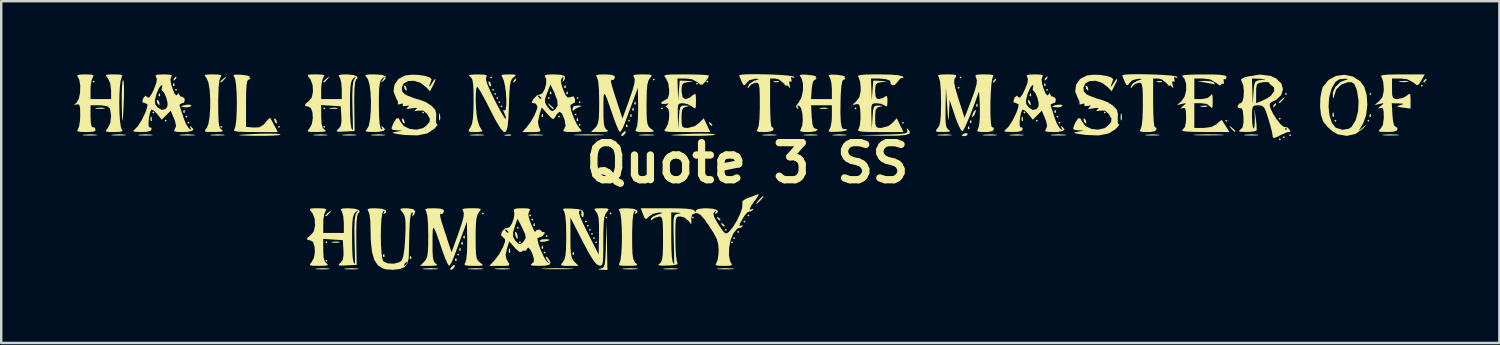
<source format=kicad_pcb>
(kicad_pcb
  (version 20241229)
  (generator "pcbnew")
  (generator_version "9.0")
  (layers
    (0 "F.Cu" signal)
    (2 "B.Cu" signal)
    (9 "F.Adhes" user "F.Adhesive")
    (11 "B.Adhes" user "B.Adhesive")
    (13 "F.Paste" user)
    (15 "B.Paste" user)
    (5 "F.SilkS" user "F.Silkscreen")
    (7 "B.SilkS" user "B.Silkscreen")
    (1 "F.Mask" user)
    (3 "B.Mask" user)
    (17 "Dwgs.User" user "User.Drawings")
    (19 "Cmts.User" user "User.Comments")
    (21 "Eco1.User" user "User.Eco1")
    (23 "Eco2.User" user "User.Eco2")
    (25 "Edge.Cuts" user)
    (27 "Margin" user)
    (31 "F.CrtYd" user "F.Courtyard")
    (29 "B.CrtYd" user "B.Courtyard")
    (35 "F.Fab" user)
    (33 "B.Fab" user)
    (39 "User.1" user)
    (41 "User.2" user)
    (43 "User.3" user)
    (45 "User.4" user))
  (footprint "Quote 3 SS"
    (layer "F.Cu")
    (at 27.681 3.649)
    (property "Reference" "Quote 3 SS" (at 0 0 0) (layer "F.SilkS") (effects (font (size 1.524 1.524) (thickness 0.3))))
    (attr board_only exclude_from_pos_files exclude_from_bom)
    (fp_poly (pts (xy -26.839 -3.344) (xy -26.882 -3.302) (xy -26.924 -3.344) (xy -26.882 -3.387)) (stroke (width 0) (type solid)) (fill yes) (layer "F.SilkS"))
    (fp_poly (pts (xy -24.384 -2.074) (xy -24.426 -2.032) (xy -24.469 -2.074) (xy -24.426 -2.117)) (stroke (width 0) (type solid)) (fill yes) (layer "F.SilkS"))
    (fp_poly (pts (xy -23.876 -1.736) (xy -23.918 -1.693) (xy -23.961 -1.736) (xy -23.918 -1.778)) (stroke (width 0) (type solid)) (fill yes) (layer "F.SilkS"))
    (fp_poly (pts (xy -23.453 -3.006) (xy -23.495 -2.963) (xy -23.537 -3.006) (xy -23.495 -3.048)) (stroke (width 0) (type solid)) (fill yes) (layer "F.SilkS"))
    (fp_poly (pts (xy -23.029 -1.905) (xy -23.072 -1.863) (xy -23.114 -1.905) (xy -23.072 -1.947)) (stroke (width 0) (type solid)) (fill yes) (layer "F.SilkS"))
    (fp_poly (pts (xy -22.945 -1.651) (xy -22.987 -1.609) (xy -23.029 -1.651) (xy -22.987 -1.693)) (stroke (width 0) (type solid)) (fill yes) (layer "F.SilkS"))
    (fp_poly (pts (xy -21.59 -1.482) (xy -21.632 -1.439) (xy -21.675 -1.482) (xy -21.632 -1.524)) (stroke (width 0) (type solid)) (fill yes) (layer "F.SilkS"))
    (fp_poly (pts (xy -19.219 -1.482) (xy -19.262 -1.439) (xy -19.304 -1.482) (xy -19.262 -1.524)) (stroke (width 0) (type solid)) (fill yes) (layer "F.SilkS"))
    (fp_poly (pts (xy -17.357 -2.244) (xy -17.399 -2.201) (xy -17.441 -2.244) (xy -17.399 -2.286)) (stroke (width 0) (type solid)) (fill yes) (layer "F.SilkS"))
    (fp_poly (pts (xy -17.357 -1.482) (xy -17.399 -1.439) (xy -17.441 -1.482) (xy -17.399 -1.524)) (stroke (width 0) (type solid)) (fill yes) (layer "F.SilkS"))
    (fp_poly (pts (xy -17.272 3.26) (xy -17.314 3.302) (xy -17.357 3.26) (xy -17.314 3.217)) (stroke (width 0) (type solid)) (fill yes) (layer "F.SilkS"))
    (fp_poly (pts (xy -17.272 4.022) (xy -17.314 4.064) (xy -17.357 4.022) (xy -17.314 3.979)) (stroke (width 0) (type solid)) (fill yes) (layer "F.SilkS"))
    (fp_poly (pts (xy -13.293 -2.074) (xy -13.335 -2.032) (xy -13.377 -2.074) (xy -13.335 -2.117)) (stroke (width 0) (type solid)) (fill yes) (layer "F.SilkS"))
    (fp_poly (pts (xy -11.853 3.768) (xy -11.896 3.81) (xy -11.938 3.768) (xy -11.896 3.725)) (stroke (width 0) (type solid)) (fill yes) (layer "F.SilkS"))
    (fp_poly (pts (xy -10.837 2.074) (xy -10.88 2.117) (xy -10.922 2.074) (xy -10.88 2.032)) (stroke (width 0) (type solid)) (fill yes) (layer "F.SilkS"))
    (fp_poly (pts (xy -10.499 -3.514) (xy -10.541 -3.471) (xy -10.583 -3.514) (xy -10.541 -3.556)) (stroke (width 0) (type solid)) (fill yes) (layer "F.SilkS"))
    (fp_poly (pts (xy -10.414 -3.006) (xy -10.456 -2.963) (xy -10.499 -3.006) (xy -10.456 -3.048)) (stroke (width 0) (type solid)) (fill yes) (layer "F.SilkS"))
    (fp_poly (pts (xy -10.329 -2.836) (xy -10.372 -2.794) (xy -10.414 -2.836) (xy -10.372 -2.879)) (stroke (width 0) (type solid)) (fill yes) (layer "F.SilkS"))
    (fp_poly (pts (xy -10.245 -2.667) (xy -10.287 -2.625) (xy -10.329 -2.667) (xy -10.287 -2.709)) (stroke (width 0) (type solid)) (fill yes) (layer "F.SilkS"))
    (fp_poly (pts (xy -10.16 -2.498) (xy -10.202 -2.455) (xy -10.245 -2.498) (xy -10.202 -2.54)) (stroke (width 0) (type solid)) (fill yes) (layer "F.SilkS"))
    (fp_poly (pts (xy -10.075 -2.328) (xy -10.118 -2.286) (xy -10.16 -2.328) (xy -10.118 -2.371)) (stroke (width 0) (type solid)) (fill yes) (layer "F.SilkS"))
    (fp_poly (pts (xy -9.398 2.667) (xy -9.44 2.709) (xy -9.483 2.667) (xy -9.44 2.625)) (stroke (width 0) (type solid)) (fill yes) (layer "F.SilkS"))
    (fp_poly (pts (xy -9.313 3.26) (xy -9.356 3.302) (xy -9.398 3.26) (xy -9.356 3.217)) (stroke (width 0) (type solid)) (fill yes) (layer "F.SilkS"))
    (fp_poly (pts (xy -8.89 2.159) (xy -8.932 2.201) (xy -8.975 2.159) (xy -8.932 2.117)) (stroke (width 0) (type solid)) (fill yes) (layer "F.SilkS"))
    (fp_poly (pts (xy -8.805 2.328) (xy -8.848 2.371) (xy -8.89 2.328) (xy -8.848 2.286)) (stroke (width 0) (type solid)) (fill yes) (layer "F.SilkS"))
    (fp_poly (pts (xy -8.297 3.683) (xy -8.34 3.725) (xy -8.382 3.683) (xy -8.34 3.641)) (stroke (width 0) (type solid)) (fill yes) (layer "F.SilkS"))
    (fp_poly (pts (xy -8.213 3.006) (xy -8.255 3.048) (xy -8.297 3.006) (xy -8.255 2.963)) (stroke (width 0) (type solid)) (fill yes) (layer "F.SilkS"))
    (fp_poly (pts (xy -8.128 -2.667) (xy -8.17 -2.625) (xy -8.213 -2.667) (xy -8.17 -2.709)) (stroke (width 0) (type solid)) (fill yes) (layer "F.SilkS"))
    (fp_poly (pts (xy -7.705 -1.905) (xy -7.747 -1.863) (xy -7.789 -1.905) (xy -7.747 -1.947)) (stroke (width 0) (type solid)) (fill yes) (layer "F.SilkS"))
    (fp_poly (pts (xy -7.027 -1.99) (xy -7.07 -1.947) (xy -7.112 -1.99) (xy -7.07 -2.032)) (stroke (width 0) (type solid)) (fill yes) (layer "F.SilkS"))
    (fp_poly (pts (xy -6.943 -2.667) (xy -6.985 -2.625) (xy -7.027 -2.667) (xy -6.985 -2.709)) (stroke (width 0) (type solid)) (fill yes) (layer "F.SilkS"))
    (fp_poly (pts (xy -6.858 -2.498) (xy -6.9 -2.455) (xy -6.943 -2.498) (xy -6.9 -2.54)) (stroke (width 0) (type solid)) (fill yes) (layer "F.SilkS"))
    (fp_poly (pts (xy -6.858 -1.566) (xy -6.9 -1.524) (xy -6.943 -1.566) (xy -6.9 -1.609)) (stroke (width 0) (type solid)) (fill yes) (layer "F.SilkS"))
    (fp_poly (pts (xy -6.604 2.413) (xy -6.646 2.455) (xy -6.689 2.413) (xy -6.646 2.371)) (stroke (width 0) (type solid)) (fill yes) (layer "F.SilkS"))
    (fp_poly (pts (xy -6.519 2.582) (xy -6.562 2.625) (xy -6.604 2.582) (xy -6.562 2.54)) (stroke (width 0) (type solid)) (fill yes) (layer "F.SilkS"))
    (fp_poly (pts (xy -6.435 2.752) (xy -6.477 2.794) (xy -6.519 2.752) (xy -6.477 2.709)) (stroke (width 0) (type solid)) (fill yes) (layer "F.SilkS"))
    (fp_poly (pts (xy -6.35 2.921) (xy -6.392 2.963) (xy -6.435 2.921) (xy -6.392 2.879)) (stroke (width 0) (type solid)) (fill yes) (layer "F.SilkS"))
    (fp_poly (pts (xy -6.265 3.09) (xy -6.308 3.133) (xy -6.35 3.09) (xy -6.308 3.048)) (stroke (width 0) (type solid)) (fill yes) (layer "F.SilkS"))
    (fp_poly (pts (xy -6.181 3.26) (xy -6.223 3.302) (xy -6.265 3.26) (xy -6.223 3.217)) (stroke (width 0) (type solid)) (fill yes) (layer "F.SilkS"))
    (fp_poly (pts (xy -5.757 2.244) (xy -5.8 2.286) (xy -5.842 2.244) (xy -5.8 2.201)) (stroke (width 0) (type solid)) (fill yes) (layer "F.SilkS"))
    (fp_poly (pts (xy -5.588 2.074) (xy -5.63 2.117) (xy -5.673 2.074) (xy -5.63 2.032)) (stroke (width 0) (type solid)) (fill yes) (layer "F.SilkS"))
    (fp_poly (pts (xy -4.826 -1.736) (xy -4.868 -1.693) (xy -4.911 -1.736) (xy -4.868 -1.778)) (stroke (width 0) (type solid)) (fill yes) (layer "F.SilkS"))
    (fp_poly (pts (xy -3.81 -3.429) (xy -3.852 -3.387) (xy -3.895 -3.429) (xy -3.852 -3.471)) (stroke (width 0) (type solid)) (fill yes) (layer "F.SilkS"))
    (fp_poly (pts (xy -3.471 -2.244) (xy -3.514 -2.201) (xy -3.556 -2.244) (xy -3.514 -2.286)) (stroke (width 0) (type solid)) (fill yes) (layer "F.SilkS"))
    (fp_poly (pts (xy -2.201 2.244) (xy -2.244 2.286) (xy -2.286 2.244) (xy -2.244 2.201)) (stroke (width 0) (type solid)) (fill yes) (layer "F.SilkS"))
    (fp_poly (pts (xy -2.032 -3.26) (xy -2.074 -3.217) (xy -2.117 -3.26) (xy -2.074 -3.302)) (stroke (width 0) (type solid)) (fill yes) (layer "F.SilkS"))
    (fp_poly (pts (xy -1.609 -3.344) (xy -1.651 -3.302) (xy -1.693 -3.344) (xy -1.651 -3.387)) (stroke (width 0) (type solid)) (fill yes) (layer "F.SilkS"))
    (fp_poly (pts (xy -0.847 2.752) (xy -0.889 2.794) (xy -0.931 2.752) (xy -0.889 2.709)) (stroke (width 0) (type solid)) (fill yes) (layer "F.SilkS"))
    (fp_poly (pts (xy -0.593 3.26) (xy -0.635 3.302) (xy -0.677 3.26) (xy -0.635 3.217)) (stroke (width 0) (type solid)) (fill yes) (layer "F.SilkS"))
    (fp_poly (pts (xy -0.508 3.09) (xy -0.55 3.133) (xy -0.593 3.09) (xy -0.55 3.048)) (stroke (width 0) (type solid)) (fill yes) (layer "F.SilkS"))
    (fp_poly (pts (xy -0.339 2.836) (xy -0.381 2.879) (xy -0.423 2.836) (xy -0.381 2.794)) (stroke (width 0) (type solid)) (fill yes) (layer "F.SilkS"))
    (fp_poly (pts (xy -0.085 2.413) (xy -0.127 2.455) (xy -0.169 2.413) (xy -0.127 2.371)) (stroke (width 0) (type solid)) (fill yes) (layer "F.SilkS"))
    (fp_poly (pts (xy 0.085 2.159) (xy 0.042 2.201) (xy 0 2.159) (xy 0.042 2.117)) (stroke (width 0) (type solid)) (fill yes) (layer "F.SilkS"))
    (fp_poly (pts (xy 4.487 -2.244) (xy 4.445 -2.201) (xy 4.403 -2.244) (xy 4.445 -2.286)) (stroke (width 0) (type solid)) (fill yes) (layer "F.SilkS"))
    (fp_poly (pts (xy 6.435 -1.651) (xy 6.392 -1.609) (xy 6.35 -1.651) (xy 6.392 -1.693)) (stroke (width 0) (type solid)) (fill yes) (layer "F.SilkS"))
    (fp_poly (pts (xy 8.721 -3.09) (xy 8.678 -3.048) (xy 8.636 -3.09) (xy 8.678 -3.133)) (stroke (width 0) (type solid)) (fill yes) (layer "F.SilkS"))
    (fp_poly (pts (xy 8.805 -3.514) (xy 8.763 -3.471) (xy 8.721 -3.514) (xy 8.763 -3.556)) (stroke (width 0) (type solid)) (fill yes) (layer "F.SilkS"))
    (fp_poly (pts (xy 11.43 -2.074) (xy 11.388 -2.032) (xy 11.345 -2.074) (xy 11.388 -2.117)) (stroke (width 0) (type solid)) (fill yes) (layer "F.SilkS"))
    (fp_poly (pts (xy 11.938 -1.736) (xy 11.896 -1.693) (xy 11.853 -1.736) (xy 11.896 -1.778)) (stroke (width 0) (type solid)) (fill yes) (layer "F.SilkS"))
    (fp_poly (pts (xy 12.361 -3.006) (xy 12.319 -2.963) (xy 12.277 -3.006) (xy 12.319 -3.048)) (stroke (width 0) (type solid)) (fill yes) (layer "F.SilkS"))
    (fp_poly (pts (xy 12.785 -1.905) (xy 12.742 -1.863) (xy 12.7 -1.905) (xy 12.742 -1.947)) (stroke (width 0) (type solid)) (fill yes) (layer "F.SilkS"))
    (fp_poly (pts (xy 12.869 -1.651) (xy 12.827 -1.609) (xy 12.785 -1.651) (xy 12.827 -1.693)) (stroke (width 0) (type solid)) (fill yes) (layer "F.SilkS"))
    (fp_poly (pts (xy 14.732 -2.074) (xy 14.69 -2.032) (xy 14.647 -2.074) (xy 14.69 -2.117)) (stroke (width 0) (type solid)) (fill yes) (layer "F.SilkS"))
    (fp_poly (pts (xy 19.727 -1.736) (xy 19.685 -1.693) (xy 19.643 -1.736) (xy 19.685 -1.778)) (stroke (width 0) (type solid)) (fill yes) (layer "F.SilkS"))
    (fp_poly (pts (xy 21.929 -1.82) (xy 21.886 -1.778) (xy 21.844 -1.82) (xy 21.886 -1.863)) (stroke (width 0) (type solid)) (fill yes) (layer "F.SilkS"))
    (fp_poly (pts (xy 21.929 -0.974) (xy 21.886 -0.931) (xy 21.844 -0.974) (xy 21.886 -1.016)) (stroke (width 0) (type solid)) (fill yes) (layer "F.SilkS"))
    (fp_poly (pts (xy 22.098 -1.058) (xy 22.056 -1.016) (xy 22.013 -1.058) (xy 22.056 -1.101)) (stroke (width 0) (type solid)) (fill yes) (layer "F.SilkS"))
    (fp_poly (pts (xy 22.183 -2.836) (xy 22.14 -2.794) (xy 22.098 -2.836) (xy 22.14 -2.879)) (stroke (width 0) (type solid)) (fill yes) (layer "F.SilkS"))
    (fp_poly (pts (xy 22.352 -1.143) (xy 22.31 -1.101) (xy 22.267 -1.143) (xy 22.31 -1.185)) (stroke (width 0) (type solid)) (fill yes) (layer "F.SilkS"))
    (fp_poly (pts (xy 24.215 -1.736) (xy 24.172 -1.693) (xy 24.13 -1.736) (xy 24.172 -1.778)) (stroke (width 0) (type solid)) (fill yes) (layer "F.SilkS"))
    (fp_poly (pts (xy 25.569 -1.736) (xy 25.527 -1.693) (xy 25.485 -1.736) (xy 25.527 -1.778)) (stroke (width 0) (type solid)) (fill yes) (layer "F.SilkS"))
    (fp_poly (pts (xy 25.654 -2.836) (xy 25.612 -2.794) (xy 25.569 -2.836) (xy 25.612 -2.879)) (stroke (width 0) (type solid)) (fill yes) (layer "F.SilkS"))
    (fp_poly (pts (xy 27.771 -3.175) (xy 27.728 -3.133) (xy 27.686 -3.175) (xy 27.728 -3.217)) (stroke (width 0) (type solid)) (fill yes) (layer "F.SilkS"))
    (fp_poly (pts (xy -24.495 -1.879) (xy -24.485 -1.746) (xy -24.502 -1.716) (xy -24.541 -1.742) (xy -24.547 -1.827) (xy -24.526 -1.918)) (stroke (width 0) (type solid)) (fill yes) (layer "F.SilkS"))
    (fp_poly (pts (xy -24.158 -2.85) (xy -24.148 -2.75) (xy -24.158 -2.738) (xy -24.209 -2.749) (xy -24.215 -2.794) (xy -24.184 -2.864)) (stroke (width 0) (type solid)) (fill yes) (layer "F.SilkS"))
    (fp_poly (pts (xy -23.566 -3.274) (xy -23.555 -3.173) (xy -23.566 -3.161) (xy -23.616 -3.173) (xy -23.622 -3.217) (xy -23.591 -3.287)) (stroke (width 0) (type solid)) (fill yes) (layer "F.SilkS"))
    (fp_poly (pts (xy -23.142 -2.173) (xy -23.132 -2.073) (xy -23.142 -2.06) (xy -23.193 -2.072) (xy -23.199 -2.117) (xy -23.168 -2.186)) (stroke (width 0) (type solid)) (fill yes) (layer "F.SilkS"))
    (fp_poly (pts (xy -14.93 3.754) (xy -14.919 3.854) (xy -14.93 3.866) (xy -14.98 3.855) (xy -14.986 3.81) (xy -14.955 3.74)) (stroke (width 0) (type solid)) (fill yes) (layer "F.SilkS"))
    (fp_poly (pts (xy -13.829 3.838) (xy -13.819 3.939) (xy -13.829 3.951) (xy -13.879 3.939) (xy -13.885 3.895) (xy -13.854 3.825)) (stroke (width 0) (type solid)) (fill yes) (layer "F.SilkS"))
    (fp_poly (pts (xy -11.966 3.923) (xy -11.956 4.023) (xy -11.966 4.036) (xy -12.017 4.024) (xy -12.023 3.979) (xy -11.992 3.91)) (stroke (width 0) (type solid)) (fill yes) (layer "F.SilkS"))
    (fp_poly (pts (xy -11.797 3.5) (xy -11.787 3.6) (xy -11.797 3.612) (xy -11.847 3.601) (xy -11.853 3.556) (xy -11.822 3.486)) (stroke (width 0) (type solid)) (fill yes) (layer "F.SilkS"))
    (fp_poly (pts (xy -11.712 3.246) (xy -11.702 3.346) (xy -11.712 3.358) (xy -11.763 3.347) (xy -11.769 3.302) (xy -11.738 3.232)) (stroke (width 0) (type solid)) (fill yes) (layer "F.SilkS"))
    (fp_poly (pts (xy -11.628 2.992) (xy -11.617 3.092) (xy -11.628 3.104) (xy -11.678 3.093) (xy -11.684 3.048) (xy -11.653 2.978)) (stroke (width 0) (type solid)) (fill yes) (layer "F.SilkS"))
    (fp_poly (pts (xy -9.763 3.54) (xy -9.753 3.672) (xy -9.77 3.702) (xy -9.809 3.677) (xy -9.815 3.591) (xy -9.794 3.501)) (stroke (width 0) (type solid)) (fill yes) (layer "F.SilkS"))
    (fp_poly (pts (xy -8.749 2.484) (xy -8.739 2.584) (xy -8.749 2.596) (xy -8.799 2.585) (xy -8.805 2.54) (xy -8.774 2.47)) (stroke (width 0) (type solid)) (fill yes) (layer "F.SilkS"))
    (fp_poly (pts (xy -8.41 -2.004) (xy -8.4 -1.903) (xy -8.41 -1.891) (xy -8.461 -1.903) (xy -8.467 -1.947) (xy -8.436 -2.017)) (stroke (width 0) (type solid)) (fill yes) (layer "F.SilkS"))
    (fp_poly (pts (xy -8.41 3.415) (xy -8.4 3.515) (xy -8.41 3.528) (xy -8.461 3.516) (xy -8.467 3.471) (xy -8.436 3.402)) (stroke (width 0) (type solid)) (fill yes) (layer "F.SilkS"))
    (fp_poly (pts (xy -8.072 -2.935) (xy -8.061 -2.835) (xy -8.072 -2.822) (xy -8.122 -2.834) (xy -8.128 -2.879) (xy -8.097 -2.948)) (stroke (width 0) (type solid)) (fill yes) (layer "F.SilkS"))
    (fp_poly (pts (xy -7.479 -3.189) (xy -7.469 -3.089) (xy -7.479 -3.076) (xy -7.529 -3.088) (xy -7.535 -3.133) (xy -7.504 -3.202)) (stroke (width 0) (type solid)) (fill yes) (layer "F.SilkS"))
    (fp_poly (pts (xy -7.394 -2.935) (xy -7.384 -2.835) (xy -7.394 -2.822) (xy -7.445 -2.834) (xy -7.451 -2.879) (xy -7.42 -2.948)) (stroke (width 0) (type solid)) (fill yes) (layer "F.SilkS"))
    (fp_poly (pts (xy -7.14 3.669) (xy -7.13 3.769) (xy -7.14 3.782) (xy -7.191 3.77) (xy -7.197 3.725) (xy -7.166 3.656)) (stroke (width 0) (type solid)) (fill yes) (layer "F.SilkS"))
    (fp_poly (pts (xy -6.971 -1.834) (xy -6.961 -1.734) (xy -6.971 -1.722) (xy -7.021 -1.733) (xy -7.027 -1.778) (xy -6.996 -1.848)) (stroke (width 0) (type solid)) (fill yes) (layer "F.SilkS"))
    (fp_poly (pts (xy -4.939 -1.58) (xy -4.929 -1.48) (xy -4.939 -1.468) (xy -4.989 -1.479) (xy -4.995 -1.524) (xy -4.964 -1.594)) (stroke (width 0) (type solid)) (fill yes) (layer "F.SilkS"))
    (fp_poly (pts (xy -4.77 -2.004) (xy -4.759 -1.903) (xy -4.77 -1.891) (xy -4.82 -1.903) (xy -4.826 -1.947) (xy -4.795 -2.017)) (stroke (width 0) (type solid)) (fill yes) (layer "F.SilkS"))
    (fp_poly (pts (xy -4.685 -2.258) (xy -4.675 -2.157) (xy -4.685 -2.145) (xy -4.735 -2.157) (xy -4.741 -2.201) (xy -4.71 -2.271)) (stroke (width 0) (type solid)) (fill yes) (layer "F.SilkS"))
    (fp_poly (pts (xy -4.6 -2.512) (xy -4.59 -2.411) (xy -4.6 -2.399) (xy -4.651 -2.411) (xy -4.657 -2.455) (xy -4.626 -2.525)) (stroke (width 0) (type solid)) (fill yes) (layer "F.SilkS"))
    (fp_poly (pts (xy 1.291 -3.358) (xy 1.302 -3.327) (xy 1.185 -3.315) (xy 1.065 -3.329) (xy 1.079 -3.358) (xy 1.253 -3.369)) (stroke (width 0) (type solid)) (fill yes) (layer "F.SilkS"))
    (fp_poly (pts (xy 9.116 -1.496) (xy 9.126 -1.395) (xy 9.116 -1.383) (xy 9.065 -1.395) (xy 9.059 -1.439) (xy 9.09 -1.509)) (stroke (width 0) (type solid)) (fill yes) (layer "F.SilkS"))
    (fp_poly (pts (xy 9.2 -1.75) (xy 9.211 -1.649) (xy 9.2 -1.637) (xy 9.15 -1.649) (xy 9.144 -1.693) (xy 9.175 -1.763)) (stroke (width 0) (type solid)) (fill yes) (layer "F.SilkS"))
    (fp_poly (pts (xy 9.454 -2.427) (xy 9.465 -2.327) (xy 9.454 -2.314) (xy 9.404 -2.326) (xy 9.398 -2.371) (xy 9.429 -2.44)) (stroke (width 0) (type solid)) (fill yes) (layer "F.SilkS"))
    (fp_poly (pts (xy 11.319 -1.879) (xy 11.329 -1.746) (xy 11.312 -1.716) (xy 11.273 -1.742) (xy 11.267 -1.827) (xy 11.288 -1.918)) (stroke (width 0) (type solid)) (fill yes) (layer "F.SilkS"))
    (fp_poly (pts (xy 11.656 -2.85) (xy 11.666 -2.75) (xy 11.656 -2.738) (xy 11.605 -2.749) (xy 11.599 -2.794) (xy 11.63 -2.864)) (stroke (width 0) (type solid)) (fill yes) (layer "F.SilkS"))
    (fp_poly (pts (xy 12.248 -3.274) (xy 12.259 -3.173) (xy 12.248 -3.161) (xy 12.198 -3.173) (xy 12.192 -3.217) (xy 12.223 -3.287)) (stroke (width 0) (type solid)) (fill yes) (layer "F.SilkS"))
    (fp_poly (pts (xy 12.672 -2.173) (xy 12.682 -2.073) (xy 12.672 -2.06) (xy 12.621 -2.072) (xy 12.615 -2.117) (xy 12.646 -2.186)) (stroke (width 0) (type solid)) (fill yes) (layer "F.SilkS"))
    (fp_poly (pts (xy 17.039 -3.358) (xy 17.05 -3.327) (xy 16.933 -3.315) (xy 16.813 -3.329) (xy 16.828 -3.358) (xy 17.001 -3.369)) (stroke (width 0) (type solid)) (fill yes) (layer "F.SilkS"))
    (fp_poly (pts (xy 24.103 -2.048) (xy 24.113 -1.916) (xy 24.096 -1.886) (xy 24.058 -1.911) (xy 24.052 -1.997) (xy 24.073 -2.087)) (stroke (width 0) (type solid)) (fill yes) (layer "F.SilkS"))
    (fp_poly (pts (xy 25.626 -2.004) (xy 25.636 -1.903) (xy 25.626 -1.891) (xy 25.575 -1.903) (xy 25.569 -1.947) (xy 25.6 -2.017)) (stroke (width 0) (type solid)) (fill yes) (layer "F.SilkS"))
    (fp_poly (pts (xy -24.217 -2.563) (xy -24.185 -2.501) (xy -24.164 -2.382) (xy -24.221 -2.405) (xy -24.26 -2.461) (xy -24.287 -2.572) (xy -24.276 -2.592)) (stroke (width 0) (type solid)) (fill yes) (layer "F.SilkS"))
    (fp_poly (pts (xy -19.391 -1.801) (xy -19.359 -1.739) (xy -19.338 -1.62) (xy -19.395 -1.643) (xy -19.434 -1.699) (xy -19.461 -1.81) (xy -19.45 -1.83)) (stroke (width 0) (type solid)) (fill yes) (layer "F.SilkS"))
    (fp_poly (pts (xy -14.142 -1.801) (xy -14.11 -1.739) (xy -14.088 -1.62) (xy -14.145 -1.643) (xy -14.185 -1.699) (xy -14.211 -1.81) (xy -14.201 -1.83)) (stroke (width 0) (type solid)) (fill yes) (layer "F.SilkS"))
    (fp_poly (pts (xy -14.057 -3.156) (xy -14.025 -3.094) (xy -14.004 -2.975) (xy -14.061 -2.998) (xy -14.1 -3.054) (xy -14.127 -3.164) (xy -14.116 -3.184)) (stroke (width 0) (type solid)) (fill yes) (layer "F.SilkS"))
    (fp_poly (pts (xy -12.041 4.278) (xy -12.125 4.373) (xy -12.2 4.403) (xy -12.222 4.354) (xy -12.174 4.284) (xy -12.071 4.199) (xy -12.035 4.194)) (stroke (width 0) (type solid)) (fill yes) (layer "F.SilkS"))
    (fp_poly (pts (xy -10.586 -3.325) (xy -10.554 -3.263) (xy -10.532 -3.144) (xy -10.589 -3.167) (xy -10.629 -3.223) (xy -10.655 -3.334) (xy -10.645 -3.354)) (stroke (width 0) (type solid)) (fill yes) (layer "F.SilkS"))
    (fp_poly (pts (xy -9.496 2.863) (xy -9.459 2.96) (xy -9.441 3.108) (xy -9.481 3.113) (xy -9.538 3.002) (xy -9.56 2.866) (xy -9.546 2.829)) (stroke (width 0) (type solid)) (fill yes) (layer "F.SilkS"))
    (fp_poly (pts (xy -5.014 -1.225) (xy -5.098 -1.13) (xy -5.173 -1.101) (xy -5.195 -1.149) (xy -5.147 -1.219) (xy -5.044 -1.305) (xy -5.008 -1.309)) (stroke (width 0) (type solid)) (fill yes) (layer "F.SilkS"))
    (fp_poly (pts (xy -1.537 -1.659) (xy -1.447 -1.58) (xy -1.439 -1.561) (xy -1.48 -1.527) (xy -1.563 -1.605) (xy -1.574 -1.622) (xy -1.584 -1.68)) (stroke (width 0) (type solid)) (fill yes) (layer "F.SilkS"))
    (fp_poly (pts (xy -1.198 2.236) (xy -1.108 2.321) (xy -1.126 2.37) (xy -1.138 2.371) (xy -1.21 2.311) (xy -1.236 2.273) (xy -1.246 2.215)) (stroke (width 0) (type solid)) (fill yes) (layer "F.SilkS"))
    (fp_poly (pts (xy -1.029 2.49) (xy -0.939 2.568) (xy -0.931 2.587) (xy -0.972 2.622) (xy -1.055 2.544) (xy -1.066 2.527) (xy -1.076 2.469)) (stroke (width 0) (type solid)) (fill yes) (layer "F.SilkS"))
    (fp_poly (pts (xy 11.597 -2.563) (xy 11.629 -2.501) (xy 11.65 -2.382) (xy 11.593 -2.405) (xy 11.554 -2.461) (xy 11.527 -2.572) (xy 11.538 -2.592)) (stroke (width 0) (type solid)) (fill yes) (layer "F.SilkS"))
    (fp_poly (pts (xy 13.883 -1.801) (xy 13.915 -1.739) (xy 13.936 -1.62) (xy 13.879 -1.643) (xy 13.84 -1.699) (xy 13.813 -1.81) (xy 13.824 -1.83)) (stroke (width 0) (type solid)) (fill yes) (layer "F.SilkS"))
    (fp_poly (pts (xy 13.967 -3.156) (xy 13.999 -3.094) (xy 14.021 -2.975) (xy 13.964 -2.998) (xy 13.924 -3.054) (xy 13.898 -3.164) (xy 13.909 -3.184)) (stroke (width 0) (type solid)) (fill yes) (layer "F.SilkS"))
    (fp_poly (pts (xy -26.436 -2.26) (xy -26.416 -2.237) (xy -26.538 -2.224) (xy -26.628 -2.223) (xy -26.792 -2.231) (xy -26.817 -2.25) (xy -26.775 -2.261) (xy -26.554 -2.275)) (stroke (width 0) (type solid)) (fill yes) (layer "F.SilkS"))
    (fp_poly (pts (xy -23.479 -3.501) (xy -23.495 -3.471) (xy -23.575 -3.39) (xy -23.59 -3.387) (xy -23.595 -3.441) (xy -23.58 -3.471) (xy -23.5 -3.552) (xy -23.485 -3.556)) (stroke (width 0) (type solid)) (fill yes) (layer "F.SilkS"))
    (fp_poly (pts (xy -22.86 -2.359) (xy -22.933 -2.304) (xy -23.072 -2.286) (xy -23.231 -2.297) (xy -23.283 -2.318) (xy -23.211 -2.357) (xy -23.072 -2.391) (xy -22.914 -2.397)) (stroke (width 0) (type solid)) (fill yes) (layer "F.SilkS"))
    (fp_poly (pts (xy -21.447 -3.512) (xy -21.495 -3.45) (xy -21.618 -3.319) (xy -21.673 -3.319) (xy -21.675 -3.334) (xy -21.617 -3.405) (xy -21.526 -3.482) (xy -21.426 -3.555)) (stroke (width 0) (type solid)) (fill yes) (layer "F.SilkS"))
    (fp_poly (pts (xy -17.214 -3.512) (xy -17.261 -3.45) (xy -17.385 -3.319) (xy -17.44 -3.319) (xy -17.441 -3.334) (xy -17.383 -3.405) (xy -17.293 -3.482) (xy -17.193 -3.555)) (stroke (width 0) (type solid)) (fill yes) (layer "F.SilkS"))
    (fp_poly (pts (xy -17.129 1.992) (xy -17.177 2.053) (xy -17.3 2.185) (xy -17.355 2.184) (xy -17.357 2.169) (xy -17.299 2.099) (xy -17.209 2.021) (xy -17.108 1.948)) (stroke (width 0) (type solid)) (fill yes) (layer "F.SilkS"))
    (fp_poly (pts (xy -16.87 -2.26) (xy -16.843 -2.235) (xy -16.961 -2.222) (xy -17.018 -2.221) (xy -17.172 -2.23) (xy -17.19 -2.252) (xy -17.166 -2.26) (xy -16.951 -2.273)) (stroke (width 0) (type solid)) (fill yes) (layer "F.SilkS"))
    (fp_poly (pts (xy -16.785 3.244) (xy -16.759 3.268) (xy -16.876 3.282) (xy -16.933 3.282) (xy -17.087 3.274) (xy -17.106 3.252) (xy -17.081 3.244) (xy -16.867 3.23)) (stroke (width 0) (type solid)) (fill yes) (layer "F.SilkS"))
    (fp_poly (pts (xy -12.646 -2.024) (xy -12.641 -2.009) (xy -12.629 -1.825) (xy -12.644 -1.755) (xy -12.672 -1.752) (xy -12.684 -1.885) (xy -12.683 -1.905) (xy -12.671 -2.036)) (stroke (width 0) (type solid)) (fill yes) (layer "F.SilkS"))
    (fp_poly (pts (xy -9.714 -1.156) (xy -9.711 -1.128) (xy -9.844 -1.117) (xy -9.864 -1.117) (xy -9.995 -1.129) (xy -9.982 -1.155) (xy -9.968 -1.159) (xy -9.783 -1.172)) (stroke (width 0) (type solid)) (fill yes) (layer "F.SilkS"))
    (fp_poly (pts (xy -9.509 -3.417) (xy -9.525 -3.387) (xy -9.605 -3.306) (xy -9.62 -3.302) (xy -9.625 -3.357) (xy -9.61 -3.387) (xy -9.53 -3.468) (xy -9.515 -3.471)) (stroke (width 0) (type solid)) (fill yes) (layer "F.SilkS"))
    (fp_poly (pts (xy -8.18 3.144) (xy -8.128 3.165) (xy -8.2 3.203) (xy -8.34 3.238) (xy -8.497 3.244) (xy -8.551 3.206) (xy -8.479 3.151) (xy -8.34 3.133)) (stroke (width 0) (type solid)) (fill yes) (layer "F.SilkS"))
    (fp_poly (pts (xy -8.168 -2.429) (xy -8.107 -2.381) (xy -7.99 -2.277) (xy -7.959 -2.233) (xy -8 -2.208) (xy -8.112 -2.317) (xy -8.139 -2.349) (xy -8.212 -2.45)) (stroke (width 0) (type solid)) (fill yes) (layer "F.SilkS"))
    (fp_poly (pts (xy 0.644 1.408) (xy 0.55 1.524) (xy 0.423 1.649) (xy 0.355 1.693) (xy 0.372 1.64) (xy 0.466 1.524) (xy 0.593 1.399) (xy 0.661 1.355)) (stroke (width 0) (type solid)) (fill yes) (layer "F.SilkS"))
    (fp_poly (pts (xy 3.281 -2.26) (xy 3.307 -2.235) (xy 3.19 -2.222) (xy 3.133 -2.221) (xy 2.979 -2.23) (xy 2.96 -2.252) (xy 2.985 -2.26) (xy 3.199 -2.273)) (stroke (width 0) (type solid)) (fill yes) (layer "F.SilkS"))
    (fp_poly (pts (xy 9.059 -1.183) (xy 8.991 -1.11) (xy 8.932 -1.101) (xy 8.819 -1.119) (xy 8.805 -1.134) (xy 8.872 -1.189) (xy 8.932 -1.216) (xy 9.041 -1.218)) (stroke (width 0) (type solid)) (fill yes) (layer "F.SilkS"))
    (fp_poly (pts (xy 9.395 -2.159) (xy 9.353 -2.02) (xy 9.313 -1.947) (xy 9.246 -1.88) (xy 9.231 -1.905) (xy 9.273 -2.044) (xy 9.313 -2.117) (xy 9.38 -2.184)) (stroke (width 0) (type solid)) (fill yes) (layer "F.SilkS"))
    (fp_poly (pts (xy 10.218 -3.417) (xy 10.202 -3.387) (xy 10.123 -3.306) (xy 10.108 -3.302) (xy 10.102 -3.357) (xy 10.118 -3.387) (xy 10.197 -3.468) (xy 10.212 -3.471)) (stroke (width 0) (type solid)) (fill yes) (layer "F.SilkS"))
    (fp_poly (pts (xy 12.335 -3.501) (xy 12.319 -3.471) (xy 12.239 -3.39) (xy 12.224 -3.387) (xy 12.219 -3.441) (xy 12.234 -3.471) (xy 12.314 -3.552) (xy 12.329 -3.556)) (stroke (width 0) (type solid)) (fill yes) (layer "F.SilkS"))
    (fp_poly (pts (xy 12.954 -2.359) (xy 12.881 -2.304) (xy 12.742 -2.286) (xy 12.583 -2.297) (xy 12.531 -2.318) (xy 12.603 -2.357) (xy 12.742 -2.391) (xy 12.9 -2.397)) (stroke (width 0) (type solid)) (fill yes) (layer "F.SilkS"))
    (fp_poly (pts (xy 15.379 -2.024) (xy 15.383 -2.009) (xy 15.396 -1.825) (xy 15.38 -1.755) (xy 15.352 -1.752) (xy 15.341 -1.885) (xy 15.341 -1.905) (xy 15.353 -2.036)) (stroke (width 0) (type solid)) (fill yes) (layer "F.SilkS"))
    (fp_poly (pts (xy 18.903 -2.342) (xy 18.906 -2.314) (xy 18.774 -2.302) (xy 18.754 -2.303) (xy 18.622 -2.315) (xy 18.635 -2.34) (xy 18.649 -2.345) (xy 18.834 -2.357)) (stroke (width 0) (type solid)) (fill yes) (layer "F.SilkS"))
    (fp_poly (pts (xy 19.856 -1.497) (xy 19.918 -1.45) (xy 20.035 -1.346) (xy 20.066 -1.302) (xy 20.025 -1.277) (xy 19.912 -1.385) (xy 19.886 -1.418) (xy 19.813 -1.518)) (stroke (width 0) (type solid)) (fill yes) (layer "F.SilkS"))
    (fp_poly (pts (xy 21.733 -2.401) (xy 21.717 -2.371) (xy 21.637 -2.29) (xy 21.622 -2.286) (xy 21.617 -2.341) (xy 21.632 -2.371) (xy 21.712 -2.452) (xy 21.727 -2.455)) (stroke (width 0) (type solid)) (fill yes) (layer "F.SilkS"))
    (fp_poly (pts (xy 22.071 -2.665) (xy 22.024 -2.603) (xy 21.901 -2.472) (xy 21.845 -2.472) (xy 21.844 -2.487) (xy 21.902 -2.558) (xy 21.992 -2.635) (xy 22.092 -2.709)) (stroke (width 0) (type solid)) (fill yes) (layer "F.SilkS"))
    (fp_poly (pts (xy 27.158 -3.36) (xy 27.178 -3.337) (xy 27.056 -3.324) (xy 26.966 -3.323) (xy 26.802 -3.332) (xy 26.777 -3.351) (xy 26.819 -3.362) (xy 27.04 -3.376)) (stroke (width 0) (type solid)) (fill yes) (layer "F.SilkS"))
    (fp_poly (pts (xy 27.913 -3.417) (xy 27.898 -3.387) (xy 27.818 -3.306) (xy 27.803 -3.302) (xy 27.797 -3.357) (xy 27.813 -3.387) (xy 27.893 -3.468) (xy 27.908 -3.471)) (stroke (width 0) (type solid)) (fill yes) (layer "F.SilkS"))
    (fp_poly (pts (xy -26.774 -1.161) (xy -26.728 -1.144) (xy -26.828 -1.131) (xy -27.051 -1.127) (xy -27.268 -1.132) (xy -27.352 -1.145) (xy -27.284 -1.162) (xy -27.282 -1.162) (xy -27.006 -1.176)) (stroke (width 0) (type solid)) (fill yes) (layer "F.SilkS"))
    (fp_poly (pts (xy -25.589 -1.161) (xy -25.542 -1.144) (xy -25.643 -1.131) (xy -25.866 -1.127) (xy -26.083 -1.132) (xy -26.167 -1.145) (xy -26.099 -1.162) (xy -26.097 -1.162) (xy -25.821 -1.176)) (stroke (width 0) (type solid)) (fill yes) (layer "F.SilkS"))
    (fp_poly (pts (xy -24.488 -1.161) (xy -24.442 -1.144) (xy -24.542 -1.131) (xy -24.765 -1.127) (xy -24.982 -1.132) (xy -25.066 -1.145) (xy -24.998 -1.162) (xy -24.996 -1.162) (xy -24.72 -1.176)) (stroke (width 0) (type solid)) (fill yes) (layer "F.SilkS"))
    (fp_poly (pts (xy -21.525 -1.161) (xy -21.478 -1.144) (xy -21.579 -1.131) (xy -21.802 -1.127) (xy -22.019 -1.132) (xy -22.103 -1.145) (xy -22.035 -1.162) (xy -22.033 -1.162) (xy -21.757 -1.176)) (stroke (width 0) (type solid)) (fill yes) (layer "F.SilkS"))
    (fp_poly (pts (xy -17.292 -1.161) (xy -17.245 -1.144) (xy -17.346 -1.131) (xy -17.568 -1.127) (xy -17.786 -1.132) (xy -17.869 -1.145) (xy -17.802 -1.162) (xy -17.8 -1.162) (xy -17.524 -1.176)) (stroke (width 0) (type solid)) (fill yes) (layer "F.SilkS"))
    (fp_poly (pts (xy -17.207 4.342) (xy -17.16 4.36) (xy -17.261 4.372) (xy -17.484 4.376) (xy -17.701 4.371) (xy -17.785 4.359) (xy -17.717 4.342) (xy -17.715 4.341) (xy -17.439 4.327)) (stroke (width 0) (type solid)) (fill yes) (layer "F.SilkS"))
    (fp_poly (pts (xy -16.106 -1.161) (xy -16.06 -1.144) (xy -16.16 -1.131) (xy -16.383 -1.127) (xy -16.6 -1.132) (xy -16.684 -1.145) (xy -16.616 -1.162) (xy -16.614 -1.162) (xy -16.338 -1.176)) (stroke (width 0) (type solid)) (fill yes) (layer "F.SilkS"))
    (fp_poly (pts (xy -16.022 4.342) (xy -15.975 4.36) (xy -16.076 4.372) (xy -16.298 4.376) (xy -16.516 4.371) (xy -16.599 4.359) (xy -16.532 4.342) (xy -16.53 4.341) (xy -16.254 4.327)) (stroke (width 0) (type solid)) (fill yes) (layer "F.SilkS"))
    (fp_poly (pts (xy -14.921 -1.161) (xy -14.874 -1.144) (xy -14.975 -1.131) (xy -15.198 -1.127) (xy -15.415 -1.132) (xy -15.499 -1.145) (xy -15.431 -1.162) (xy -15.429 -1.162) (xy -15.153 -1.176)) (stroke (width 0) (type solid)) (fill yes) (layer "F.SilkS"))
    (fp_poly (pts (xy -10.857 -1.161) (xy -10.81 -1.144) (xy -10.911 -1.131) (xy -11.134 -1.127) (xy -11.351 -1.132) (xy -11.435 -1.145) (xy -11.367 -1.162) (xy -11.365 -1.162) (xy -11.089 -1.176)) (stroke (width 0) (type solid)) (fill yes) (layer "F.SilkS"))
    (fp_poly (pts (xy -2.898 4.342) (xy -2.852 4.36) (xy -2.952 4.372) (xy -3.175 4.376) (xy -3.392 4.371) (xy -3.476 4.359) (xy -3.408 4.342) (xy -3.406 4.341) (xy -3.13 4.327)) (stroke (width 0) (type solid)) (fill yes) (layer "F.SilkS"))
    (fp_poly (pts (xy 1.166 -1.161) (xy 1.212 -1.144) (xy 1.112 -1.131) (xy 0.889 -1.127) (xy 0.672 -1.132) (xy 0.588 -1.145) (xy 0.656 -1.162) (xy 0.658 -1.162) (xy 0.934 -1.176)) (stroke (width 0) (type solid)) (fill yes) (layer "F.SilkS"))
    (fp_poly (pts (xy 2.859 -1.161) (xy 2.906 -1.144) (xy 2.805 -1.131) (xy 2.582 -1.127) (xy 2.365 -1.132) (xy 2.281 -1.145) (xy 2.349 -1.162) (xy 2.351 -1.162) (xy 2.627 -1.176)) (stroke (width 0) (type solid)) (fill yes) (layer "F.SilkS"))
    (fp_poly (pts (xy 4.044 -1.161) (xy 4.091 -1.144) (xy 3.99 -1.131) (xy 3.768 -1.127) (xy 3.55 -1.132) (xy 3.467 -1.145) (xy 3.534 -1.162) (xy 3.536 -1.162) (xy 3.812 -1.176)) (stroke (width 0) (type solid)) (fill yes) (layer "F.SilkS"))
    (fp_poly (pts (xy 8.362 -1.161) (xy 8.409 -1.144) (xy 8.308 -1.131) (xy 8.086 -1.127) (xy 7.868 -1.132) (xy 7.785 -1.145) (xy 7.852 -1.162) (xy 7.854 -1.162) (xy 8.13 -1.176)) (stroke (width 0) (type solid)) (fill yes) (layer "F.SilkS"))
    (fp_poly (pts (xy 10.225 -1.161) (xy 10.272 -1.144) (xy 10.171 -1.131) (xy 9.948 -1.127) (xy 9.731 -1.132) (xy 9.647 -1.145) (xy 9.715 -1.162) (xy 9.717 -1.162) (xy 9.993 -1.176)) (stroke (width 0) (type solid)) (fill yes) (layer "F.SilkS"))
    (fp_poly (pts (xy 11.326 -1.161) (xy 11.372 -1.144) (xy 11.272 -1.131) (xy 11.049 -1.127) (xy 10.832 -1.132) (xy 10.748 -1.145) (xy 10.816 -1.162) (xy 10.818 -1.162) (xy 11.094 -1.176)) (stroke (width 0) (type solid)) (fill yes) (layer "F.SilkS"))
    (fp_poly (pts (xy 16.914 -1.161) (xy 16.96 -1.144) (xy 16.86 -1.131) (xy 16.637 -1.127) (xy 16.42 -1.132) (xy 16.336 -1.145) (xy 16.404 -1.162) (xy 16.406 -1.162) (xy 16.682 -1.176)) (stroke (width 0) (type solid)) (fill yes) (layer "F.SilkS"))
    (fp_poly (pts (xy 20.978 -1.161) (xy 21.024 -1.144) (xy 20.924 -1.131) (xy 20.701 -1.127) (xy 20.484 -1.132) (xy 20.4 -1.145) (xy 20.468 -1.162) (xy 20.47 -1.162) (xy 20.746 -1.176)) (stroke (width 0) (type solid)) (fill yes) (layer "F.SilkS"))
    (fp_poly (pts (xy -22.754 -1.162) (xy -22.69 -1.145) (xy -22.777 -1.133) (xy -22.995 -1.128) (xy -23.029 -1.128) (xy -23.262 -1.132) (xy -23.366 -1.144) (xy -23.321 -1.16) (xy -23.305 -1.162) (xy -23.008 -1.176)) (stroke (width 0) (type solid)) (fill yes) (layer "F.SilkS"))
    (fp_poly (pts (xy -12.764 4.341) (xy -12.7 4.358) (xy -12.786 4.37) (xy -13.004 4.375) (xy -13.039 4.376) (xy -13.271 4.371) (xy -13.375 4.36) (xy -13.33 4.344) (xy -13.314 4.341) (xy -13.017 4.327)) (stroke (width 0) (type solid)) (fill yes) (layer "F.SilkS"))
    (fp_poly (pts (xy -10.901 4.341) (xy -10.837 4.358) (xy -10.923 4.37) (xy -11.141 4.375) (xy -11.176 4.376) (xy -11.409 4.371) (xy -11.512 4.36) (xy -11.468 4.344) (xy -11.451 4.341) (xy -11.154 4.327)) (stroke (width 0) (type solid)) (fill yes) (layer "F.SilkS"))
    (fp_poly (pts (xy -9.8 4.341) (xy -9.736 4.358) (xy -9.823 4.37) (xy -10.041 4.375) (xy -10.075 4.376) (xy -10.308 4.371) (xy -10.412 4.36) (xy -10.367 4.344) (xy -10.351 4.341) (xy -10.054 4.327)) (stroke (width 0) (type solid)) (fill yes) (layer "F.SilkS"))
    (fp_poly (pts (xy -8.445 -1.162) (xy -8.382 -1.145) (xy -8.468 -1.133) (xy -8.686 -1.128) (xy -8.721 -1.128) (xy -8.953 -1.132) (xy -9.057 -1.144) (xy -9.012 -1.16) (xy -8.996 -1.162) (xy -8.699 -1.176)) (stroke (width 0) (type solid)) (fill yes) (layer "F.SilkS"))
    (fp_poly (pts (xy -6.964 -2.361) (xy -6.825 -2.348) (xy -6.847 -2.324) (xy -6.9 -2.309) (xy -7.07 -2.23) (xy -7.132 -2.17) (xy -7.183 -2.145) (xy -7.195 -2.223) (xy -7.145 -2.334) (xy -6.97 -2.361)) (stroke (width 0) (type solid)) (fill yes) (layer "F.SilkS"))
    (fp_poly (pts (xy -4.551 4.341) (xy -4.487 4.358) (xy -4.573 4.37) (xy -4.791 4.375) (xy -4.826 4.376) (xy -5.059 4.371) (xy -5.162 4.36) (xy -5.118 4.344) (xy -5.101 4.341) (xy -4.804 4.327)) (stroke (width 0) (type solid)) (fill yes) (layer "F.SilkS"))
    (fp_poly (pts (xy -3.873 -1.162) (xy -3.81 -1.145) (xy -3.896 -1.133) (xy -4.114 -1.128) (xy -4.149 -1.128) (xy -4.381 -1.132) (xy -4.485 -1.144) (xy -4.44 -1.16) (xy -4.424 -1.162) (xy -4.127 -1.176)) (stroke (width 0) (type solid)) (fill yes) (layer "F.SilkS"))
    (fp_poly (pts (xy 13.06 -1.162) (xy 13.124 -1.145) (xy 13.037 -1.133) (xy 12.819 -1.128) (xy 12.785 -1.128) (xy 12.552 -1.132) (xy 12.448 -1.144) (xy 12.493 -1.16) (xy 12.509 -1.162) (xy 12.806 -1.176)) (stroke (width 0) (type solid)) (fill yes) (layer "F.SilkS"))
    (fp_poly (pts (xy 19.03 -3.362) (xy 19.166 -3.314) (xy 19.177 -3.302) (xy 19.209 -3.231) (xy 19.203 -3.229) (xy 19.111 -3.25) (xy 18.914 -3.288) (xy 18.838 -3.302) (xy 18.5 -3.363) (xy 18.812 -3.375)) (stroke (width 0) (type solid)) (fill yes) (layer "F.SilkS"))
    (fp_poly (pts (xy -0.627 4.34) (xy -0.616 4.341) (xy -0.536 4.357) (xy -0.608 4.368) (xy -0.817 4.375) (xy -0.889 4.375) (xy -1.136 4.371) (xy -1.258 4.361) (xy -1.236 4.345) (xy -1.208 4.342) (xy -0.928 4.327)) (stroke (width 0) (type solid)) (fill yes) (layer "F.SilkS"))
    (fp_poly (pts (xy 26.72 -1.164) (xy 26.732 -1.162) (xy 26.812 -1.147) (xy 26.739 -1.135) (xy 26.531 -1.129) (xy 26.458 -1.128) (xy 26.211 -1.132) (xy 26.089 -1.143) (xy 26.111 -1.158) (xy 26.139 -1.162) (xy 26.419 -1.176)) (stroke (width 0) (type solid)) (fill yes) (layer "F.SilkS"))
    (fp_poly (pts (xy -7.519 4.331) (xy -7.257 4.34) (xy -7.142 4.351) (xy -7.183 4.36) (xy -7.365 4.366) (xy -7.673 4.369) (xy -7.832 4.37) (xy -8.183 4.368) (xy -8.409 4.362) (xy -8.497 4.354) (xy -8.433 4.344) (xy -8.357 4.34) (xy -7.953 4.328)) (stroke (width 0) (type solid)) (fill yes) (layer "F.SilkS"))
    (fp_poly (pts (xy -6.206 -1.172) (xy -5.99 -1.163) (xy -5.871 -1.153) (xy -5.907 -1.143) (xy -6.086 -1.137) (xy -6.392 -1.134) (xy -6.519 -1.133) (xy -6.865 -1.135) (xy -7.088 -1.141) (xy -7.172 -1.149) (xy -7.106 -1.16) (xy -7.048 -1.163) (xy -6.646 -1.175)) (stroke (width 0) (type solid)) (fill yes) (layer "F.SilkS"))
    (fp_poly (pts (xy -5.775 3.408) (xy -5.757 4.403) (xy -5.99 4.391) (xy -6.134 4.379) (xy -6.117 4.361) (xy -6.035 4.343) (xy -5.953 4.318) (xy -5.898 4.26) (xy -5.863 4.138) (xy -5.842 3.923) (xy -5.827 3.583) (xy -5.82 3.36) (xy -5.794 2.413)) (stroke (width 0) (type solid)) (fill yes) (layer "F.SilkS"))
    (fp_poly (pts (xy 19.279 -1.172) (xy 19.494 -1.163) (xy 19.614 -1.153) (xy 19.577 -1.143) (xy 19.399 -1.137) (xy 19.092 -1.134) (xy 18.965 -1.133) (xy 18.619 -1.135) (xy 18.397 -1.141) (xy 18.312 -1.149) (xy 18.379 -1.16) (xy 18.436 -1.163) (xy 18.839 -1.175)) (stroke (width 0) (type solid)) (fill yes) (layer "F.SilkS"))
    (fp_poly (pts (xy -25.649 -3.357) (xy -25.633 -3.166) (xy -25.632 -2.879) (xy -25.634 -2.765) (xy -25.653 -2.261) (xy -25.671 -1.921) (xy -25.686 -1.746) (xy -25.7 -1.737) (xy -25.712 -1.894) (xy -25.721 -2.22) (xy -25.724 -2.387) (xy -25.725 -2.778) (xy -25.715 -3.104) (xy -25.698 -3.328) (xy -25.675 -3.416)) (stroke (width 0) (type solid)) (fill yes) (layer "F.SilkS"))
    (fp_poly (pts (xy -19.394 -1.2) (xy -19.224 -1.184) (xy -19.19 -1.164) (xy -19.285 -1.14) (xy -19.515 -1.123) (xy -19.844 -1.115) (xy -20.219 -1.115) (xy -20.568 -1.123) (xy -20.808 -1.133) (xy -20.921 -1.144) (xy -20.886 -1.155) (xy -20.87 -1.156) (xy -20.446 -1.183) (xy -20.037 -1.2) (xy -19.676 -1.205)) (stroke (width 0) (type solid)) (fill yes) (layer "F.SilkS"))
    (fp_poly (pts (xy 6.609 -1.383) (xy 6.683 -1.274) (xy 6.645 -1.196) (xy 6.481 -1.146) (xy 6.178 -1.121) (xy 5.723 -1.117) (xy 5.562 -1.119) (xy 4.53 -1.137) (xy 5.575 -1.164) (xy 6.011 -1.177) (xy 6.303 -1.193) (xy 6.478 -1.216) (xy 6.559 -1.252) (xy 6.574 -1.303) (xy 6.565 -1.336) (xy 6.542 -1.429)) (stroke (width 0) (type solid)) (fill yes) (layer "F.SilkS"))
    (fp_poly (pts (xy -1.598 -1.202) (xy -1.394 -1.189) (xy -1.324 -1.166) (xy -1.325 -1.164) (xy -1.42 -1.141) (xy -1.65 -1.124) (xy -1.982 -1.115) (xy -2.38 -1.115) (xy -2.397 -1.115) (xy -2.755 -1.123) (xy -3.008 -1.132) (xy -3.134 -1.143) (xy -3.114 -1.154) (xy -3.09 -1.156) (xy -2.682 -1.182) (xy -2.274 -1.199) (xy -1.902 -1.205)) (stroke (width 0) (type solid)) (fill yes) (layer "F.SilkS"))
    (fp_poly (pts (xy -21.727 -3.632) (xy -21.632 -3.6) (xy -21.658 -3.539) (xy -21.71 -3.393) (xy -21.744 -3.081) (xy -21.759 -2.602) (xy -21.759 -2.443) (xy -21.756 -2.009) (xy -21.744 -1.714) (xy -21.719 -1.528) (xy -21.676 -1.421) (xy -21.612 -1.362) (xy -21.611 -1.361) (xy -21.562 -1.311) (xy -21.642 -1.284) (xy -21.87 -1.273) (xy -21.921 -1.273) (xy -22.18 -1.275) (xy -22.298 -1.294) (xy -22.303 -1.344) (xy -22.238 -1.425) (xy -22.164 -1.597) (xy -22.114 -1.888) (xy -22.089 -2.252) (xy -22.088 -2.641) (xy -22.112 -3.007) (xy -22.161 -3.303) (xy -22.234 -3.481) (xy -22.238 -3.486) (xy -22.31 -3.578) (xy -22.289 -3.624) (xy -22.146 -3.639) (xy -21.967 -3.641)) (stroke (width 0) (type solid)) (fill yes) (layer "F.SilkS"))
    (fp_poly (pts (xy -4.701 1.884) (xy -4.542 1.942) (xy -4.519 2.023) (xy -4.584 2.082) (xy -4.642 2.094) (xy -4.614 2.032) (xy -4.592 1.961) (xy -4.644 1.982) (xy -4.693 2.102) (xy -4.726 2.388) (xy -4.74 2.839) (xy -4.741 3.022) (xy -4.738 3.456) (xy -4.725 3.752) (xy -4.697 3.94) (xy -4.652 4.054) (xy -4.593 4.115) (xy -4.529 4.18) (xy -4.569 4.214) (xy -4.739 4.228) (xy -4.906 4.231) (xy -5.168 4.224) (xy -5.283 4.197) (xy -5.276 4.143) (xy -5.266 4.132) (xy -5.22 4.001) (xy -5.187 3.745) (xy -5.167 3.405) (xy -5.161 3.025) (xy -5.169 2.648) (xy -5.19 2.316) (xy -5.225 2.072) (xy -5.266 1.964) (xy -5.293 1.902) (xy -5.196 1.871) (xy -4.975 1.863)) (stroke (width 0) (type solid)) (fill yes) (layer "F.SilkS"))
    (fp_poly (pts (xy -15.026 -3.62) (xy -14.873 -3.558) (xy -14.884 -3.454) (xy -14.966 -3.375) (xy -15.064 -3.303) (xy -15.049 -3.343) (xy -14.986 -3.429) (xy -14.904 -3.544) (xy -14.932 -3.539) (xy -15.007 -3.482) (xy -15.073 -3.407) (xy -15.116 -3.282) (xy -15.142 -3.077) (xy -15.153 -2.76) (xy -15.155 -2.408) (xy -15.146 -1.912) (xy -15.119 -1.577) (xy -15.074 -1.407) (xy -15.058 -1.389) (xy -15 -1.378) (xy -15.028 -1.439) (xy -15.051 -1.51) (xy -14.999 -1.49) (xy -14.9 -1.39) (xy -14.96 -1.317) (xy -15.169 -1.278) (xy -15.346 -1.273) (xy -15.596 -1.279) (xy -15.701 -1.302) (xy -15.688 -1.349) (xy -15.642 -1.388) (xy -15.567 -1.53) (xy -15.515 -1.795) (xy -15.486 -2.14) (xy -15.479 -2.521) (xy -15.496 -2.892) (xy -15.536 -3.211) (xy -15.6 -3.432) (xy -15.634 -3.486) (xy -15.705 -3.576) (xy -15.686 -3.622) (xy -15.547 -3.639) (xy -15.343 -3.641)) (stroke (width 0) (type solid)) (fill yes) (layer "F.SilkS"))
    (fp_poly (pts (xy -20.831 -3.626) (xy -20.806 -3.625) (xy -20.571 -3.593) (xy -20.451 -3.552) (xy -20.489 -3.514) (xy -20.447 -3.471) (xy -20.405 -3.514) (xy -20.439 -3.548) (xy -20.426 -3.543) (xy -20.403 -3.514) (xy -20.472 -3.435) (xy -20.511 -3.429) (xy -20.559 -3.381) (xy -20.592 -3.223) (xy -20.61 -2.937) (xy -20.616 -2.502) (xy -20.616 -2.455) (xy -20.616 -1.482) (xy -20.309 -1.456) (xy -20.067 -1.466) (xy -19.898 -1.57) (xy -19.821 -1.659) (xy -19.696 -1.803) (xy -19.624 -1.857) (xy -19.62 -1.854) (xy -19.572 -1.764) (xy -19.477 -1.585) (xy -19.456 -1.545) (xy -19.312 -1.27) (xy -20.256 -1.27) (xy -20.675 -1.274) (xy -20.944 -1.287) (xy -21.084 -1.312) (xy -21.114 -1.351) (xy -21.099 -1.372) (xy -21.051 -1.504) (xy -21.018 -1.761) (xy -20.999 -2.102) (xy -20.993 -2.483) (xy -21.002 -2.861) (xy -21.024 -3.194) (xy -21.061 -3.437) (xy -21.103 -3.544) (xy -21.136 -3.607) (xy -21.054 -3.632)) (stroke (width 0) (type solid)) (fill yes) (layer "F.SilkS"))
    (fp_poly (pts (xy 24.893 -3.553) (xy 25.187 -3.363) (xy 25.356 -3.135) (xy 25.459 -2.799) (xy 25.485 -2.387) (xy 25.438 -1.974) (xy 25.319 -1.634) (xy 25.304 -1.609) (xy 25.125 -1.312) (xy 25.326 -1.478) (xy 25.437 -1.566) (xy 25.435 -1.55) (xy 25.318 -1.42) (xy 25.304 -1.406) (xy 24.998 -1.192) (xy 24.637 -1.113) (xy 24.273 -1.176) (xy 24.072 -1.286) (xy 23.855 -1.478) (xy 23.683 -1.685) (xy 23.67 -1.706) (xy 23.58 -1.972) (xy 23.544 -2.308) (xy 23.891 -2.308) (xy 23.932 -1.945) (xy 24.03 -1.644) (xy 24.181 -1.454) (xy 24.197 -1.444) (xy 24.465 -1.363) (xy 24.724 -1.405) (xy 24.84 -1.485) (xy 25.007 -1.754) (xy 25.105 -2.125) (xy 25.126 -2.545) (xy 25.063 -2.957) (xy 25.035 -3.048) (xy 24.949 -3.245) (xy 24.84 -3.319) (xy 24.68 -3.318) (xy 24.407 -3.219) (xy 24.205 -3.014) (xy 24.123 -2.763) (xy 24.103 -2.665) (xy 24.072 -2.692) (xy 24.069 -2.902) (xy 24.178 -3.129) (xy 24.363 -3.313) (xy 24.5 -3.379) (xy 24.665 -3.431) (xy 24.675 -3.454) (xy 24.553 -3.462) (xy 24.326 -3.437) (xy 24.166 -3.322) (xy 24.03 -3.081) (xy 24.006 -3.027) (xy 23.914 -2.684) (xy 23.891 -2.308) (xy 23.544 -2.308) (xy 23.542 -2.328) (xy 23.556 -2.704) (xy 23.622 -3.031) (xy 23.666 -3.135) (xy 23.895 -3.416) (xy 24.204 -3.58) (xy 24.551 -3.625)) (stroke (width 0) (type solid)) (fill yes) (layer "F.SilkS"))
    (fp_poly (pts (xy 0.61 -3.646) (xy 0.986 -3.635) (xy 1.342 -3.618) (xy 1.641 -3.595) (xy 1.844 -3.568) (xy 1.913 -3.543) (xy 1.924 -3.486) (xy 1.861 -3.514) (xy 1.786 -3.533) (xy 1.805 -3.438) (xy 1.818 -3.339) (xy 1.768 -3.351) (xy 1.711 -3.34) (xy 1.732 -3.207) (xy 1.76 -3.081) (xy 1.723 -3.101) (xy 1.7 -3.133) (xy 1.627 -3.201) (xy 1.61 -3.177) (xy 1.569 -3.175) (xy 1.477 -3.283) (xy 1.296 -3.431) (xy 1.138 -3.471) (xy 0.931 -3.471) (xy 0.931 -2.45) (xy 0.937 -2.062) (xy 0.952 -1.749) (xy 0.973 -1.542) (xy 1 -1.472) (xy 1.002 -1.473) (xy 1.064 -1.447) (xy 1.072 -1.393) (xy 1.019 -1.311) (xy 0.839 -1.274) (xy 0.689 -1.27) (xy 0.46 -1.279) (xy 0.377 -1.313) (xy 0.406 -1.372) (xy 0.46 -1.517) (xy 0.494 -1.824) (xy 0.508 -2.285) (xy 0.508 -2.388) (xy 0.506 -2.791) (xy 0.496 -3.055) (xy 0.473 -3.208) (xy 0.431 -3.28) (xy 0.366 -3.301) (xy 0.343 -3.302) (xy 0.166 -3.235) (xy 0.091 -3.154) (xy 0.023 -3.074) (xy 0.003 -3.101) (xy 0.075 -3.25) (xy 0.269 -3.374) (xy 0.381 -3.41) (xy 0.469 -3.441) (xy 0.398 -3.457) (xy 0.322 -3.462) (xy 0.083 -3.402) (xy -0.024 -3.302) (xy -0.114 -3.191) (xy -0.174 -3.215) (xy -0.241 -3.349) (xy -0.312 -3.518) (xy -0.339 -3.602) (xy -0.26 -3.628) (xy -0.051 -3.643) (xy 0.252 -3.649)) (stroke (width 0) (type solid)) (fill yes) (layer "F.SilkS"))
    (fp_poly (pts (xy 16.358 -3.646) (xy 16.734 -3.635) (xy 17.09 -3.618) (xy 17.389 -3.595) (xy 17.592 -3.568) (xy 17.661 -3.543) (xy 17.672 -3.486) (xy 17.609 -3.514) (xy 17.534 -3.533) (xy 17.553 -3.438) (xy 17.566 -3.339) (xy 17.516 -3.351) (xy 17.459 -3.34) (xy 17.48 -3.207) (xy 17.508 -3.081) (xy 17.471 -3.101) (xy 17.448 -3.133) (xy 17.375 -3.201) (xy 17.358 -3.177) (xy 17.317 -3.175) (xy 17.225 -3.283) (xy 17.044 -3.431) (xy 16.886 -3.471) (xy 16.679 -3.471) (xy 16.679 -2.45) (xy 16.685 -2.062) (xy 16.7 -1.749) (xy 16.721 -1.542) (xy 16.748 -1.472) (xy 16.75 -1.473) (xy 16.812 -1.447) (xy 16.82 -1.393) (xy 16.767 -1.311) (xy 16.587 -1.274) (xy 16.437 -1.27) (xy 16.208 -1.279) (xy 16.125 -1.313) (xy 16.154 -1.372) (xy 16.208 -1.517) (xy 16.242 -1.824) (xy 16.256 -2.285) (xy 16.256 -2.388) (xy 16.254 -2.791) (xy 16.244 -3.055) (xy 16.221 -3.208) (xy 16.179 -3.28) (xy 16.114 -3.301) (xy 16.091 -3.302) (xy 15.914 -3.235) (xy 15.839 -3.154) (xy 15.771 -3.074) (xy 15.751 -3.101) (xy 15.823 -3.25) (xy 16.017 -3.374) (xy 16.129 -3.41) (xy 16.217 -3.441) (xy 16.146 -3.457) (xy 16.07 -3.462) (xy 15.831 -3.402) (xy 15.724 -3.302) (xy 15.634 -3.191) (xy 15.574 -3.215) (xy 15.507 -3.349) (xy 15.436 -3.518) (xy 15.409 -3.602) (xy 15.488 -3.628) (xy 15.697 -3.643) (xy 16 -3.649)) (stroke (width 0) (type solid)) (fill yes) (layer "F.SilkS"))
    (fp_poly (pts (xy 27.704 -3.391) (xy 27.602 -3.227) (xy 27.524 -3.196) (xy 27.414 -3.28) (xy 27.385 -3.306) (xy 27.118 -3.443) (xy 26.855 -3.471) (xy 26.501 -3.471) (xy 26.501 -3.048) (xy 26.507 -2.797) (xy 26.542 -2.672) (xy 26.628 -2.629) (xy 26.727 -2.625) (xy 26.96 -2.677) (xy 27.108 -2.765) (xy 27.207 -2.842) (xy 27.251 -2.814) (xy 27.262 -2.652) (xy 27.263 -2.57) (xy 27.263 -2.235) (xy 26.945 -2.275) (xy 26.752 -2.304) (xy 26.712 -2.33) (xy 26.81 -2.368) (xy 26.839 -2.377) (xy 26.966 -2.419) (xy 26.947 -2.438) (xy 26.772 -2.447) (xy 26.492 -2.455) (xy 26.518 -1.968) (xy 26.547 -1.688) (xy 26.596 -1.526) (xy 26.635 -1.498) (xy 26.716 -1.446) (xy 26.726 -1.392) (xy 26.678 -1.316) (xy 26.512 -1.279) (xy 26.296 -1.273) (xy 26.052 -1.279) (xy 25.952 -1.303) (xy 25.97 -1.352) (xy 26.014 -1.388) (xy 26.12 -1.545) (xy 26.161 -1.822) (xy 26.162 -1.902) (xy 26.154 -2.143) (xy 26.118 -2.251) (xy 26.041 -2.261) (xy 26.014 -2.253) (xy 25.929 -2.233) (xy 25.975 -2.289) (xy 26.035 -2.339) (xy 26.148 -2.437) (xy 26.117 -2.454) (xy 25.993 -2.428) (xy 25.781 -2.379) (xy 25.971 -2.537) (xy 26.105 -2.701) (xy 26.158 -2.938) (xy 26.162 -3.066) (xy 26.14 -3.317) (xy 26.085 -3.503) (xy 26.06 -3.539) (xy 26.051 -3.585) (xy 26.144 -3.615) (xy 26.358 -3.633) (xy 26.714 -3.64) (xy 26.903 -3.641) (xy 27.847 -3.641)) (stroke (width 0) (type solid)) (fill yes) (layer "F.SilkS"))
    (fp_poly (pts (xy -5.785 1.868) (xy -5.708 1.897) (xy -5.744 1.969) (xy -5.787 2.018) (xy -5.848 2.116) (xy -5.889 2.269) (xy -5.913 2.509) (xy -5.925 2.866) (xy -5.927 3.209) (xy -5.928 3.642) (xy -5.935 3.932) (xy -5.952 4.108) (xy -5.985 4.196) (xy -6.038 4.223) (xy -6.104 4.218) (xy -6.208 4.16) (xy -6.338 4.003) (xy -6.507 3.729) (xy -6.727 3.32) (xy -6.78 3.217) (xy -7.278 2.244) (xy -7.28 3.069) (xy -7.276 3.463) (xy -7.259 3.726) (xy -7.222 3.897) (xy -7.159 4.012) (xy -7.112 4.064) (xy -6.943 4.233) (xy -7.337 4.233) (xy -7.571 4.229) (xy -7.664 4.204) (xy -7.644 4.141) (xy -7.591 4.079) (xy -7.526 3.973) (xy -7.484 3.807) (xy -7.46 3.547) (xy -7.451 3.162) (xy -7.451 2.995) (xy -7.46 2.497) (xy -7.49 2.161) (xy -7.54 1.981) (xy -7.556 1.959) (xy -7.587 1.9) (xy -7.505 1.873) (xy -7.287 1.875) (xy -7.203 1.879) (xy -6.936 1.902) (xy -6.795 1.946) (xy -6.74 2.029) (xy -6.731 2.092) (xy -6.748 2.218) (xy -6.794 2.231) (xy -6.836 2.124) (xy -6.824 2.066) (xy -6.827 1.962) (xy -6.861 1.947) (xy -6.922 1.974) (xy -6.926 2.067) (xy -6.867 2.248) (xy -6.738 2.535) (xy -6.532 2.948) (xy -6.525 2.963) (xy -6.116 3.767) (xy -6.103 2.95) (xy -6.104 2.543) (xy -6.121 2.272) (xy -6.161 2.101) (xy -6.227 1.998) (xy -6.295 1.914) (xy -6.259 1.874) (xy -6.089 1.863) (xy -6.004 1.863)) (stroke (width 0) (type solid)) (fill yes) (layer "F.SilkS"))
    (fp_poly (pts (xy 19.15 -3.636) (xy 19.437 -3.624) (xy 19.607 -3.599) (xy 19.685 -3.558) (xy 19.699 -3.517) (xy 19.656 -3.437) (xy 19.614 -3.447) (xy 19.566 -3.434) (xy 19.585 -3.354) (xy 19.598 -3.255) (xy 19.557 -3.26) (xy 19.481 -3.246) (xy 19.473 -3.208) (xy 19.423 -3.183) (xy 19.295 -3.271) (xy 19.277 -3.287) (xy 19.024 -3.434) (xy 18.727 -3.471) (xy 18.373 -3.471) (xy 18.373 -2.625) (xy 18.665 -2.625) (xy 18.927 -2.673) (xy 19.043 -2.773) (xy 19.096 -2.831) (xy 19.122 -2.757) (xy 19.13 -2.54) (xy 19.122 -2.32) (xy 19.095 -2.249) (xy 19.043 -2.307) (xy 18.879 -2.426) (xy 18.665 -2.455) (xy 18.373 -2.455) (xy 18.373 -1.439) (xy 18.754 -1.439) (xy 19.073 -1.476) (xy 19.291 -1.596) (xy 19.311 -1.616) (xy 19.441 -1.732) (xy 19.506 -1.764) (xy 19.506 -1.764) (xy 19.559 -1.68) (xy 19.663 -1.515) (xy 19.67 -1.503) (xy 19.816 -1.27) (xy 18.777 -1.273) (xy 18.326 -1.278) (xy 18.032 -1.292) (xy 17.885 -1.317) (xy 17.873 -1.353) (xy 17.886 -1.361) (xy 17.983 -1.472) (xy 18.028 -1.684) (xy 18.034 -1.876) (xy 18.026 -2.127) (xy 17.995 -2.245) (xy 17.925 -2.264) (xy 17.886 -2.253) (xy 17.801 -2.233) (xy 17.847 -2.289) (xy 17.907 -2.339) (xy 18.02 -2.437) (xy 17.989 -2.454) (xy 17.865 -2.428) (xy 17.653 -2.379) (xy 17.843 -2.537) (xy 17.973 -2.726) (xy 18.038 -2.986) (xy 18.036 -3.255) (xy 17.964 -3.471) (xy 17.886 -3.549) (xy 17.87 -3.588) (xy 17.986 -3.615) (xy 18.247 -3.631) (xy 18.663 -3.638) (xy 18.718 -3.638)) (stroke (width 0) (type solid)) (fill yes) (layer "F.SilkS"))
    (fp_poly (pts (xy -26.978 -3.632) (xy -26.881 -3.601) (xy -26.907 -3.539) (xy -26.907 -3.539) (xy -26.967 -3.399) (xy -27.004 -3.159) (xy -27.009 -3.031) (xy -27.009 -2.625) (xy -26.162 -2.625) (xy -26.162 -2.978) (xy -26.199 -3.271) (xy -26.297 -3.481) (xy -26.302 -3.486) (xy -26.374 -3.578) (xy -26.353 -3.624) (xy -26.21 -3.639) (xy -26.031 -3.641) (xy -25.791 -3.632) (xy -25.696 -3.6) (xy -25.722 -3.539) (xy -25.768 -3.408) (xy -25.801 -3.152) (xy -25.821 -2.812) (xy -25.827 -2.432) (xy -25.819 -2.055) (xy -25.798 -1.723) (xy -25.763 -1.479) (xy -25.722 -1.372) (xy -25.696 -1.31) (xy -25.793 -1.279) (xy -26.031 -1.27) (xy -26.272 -1.274) (xy -26.372 -1.298) (xy -26.36 -1.357) (xy -26.302 -1.425) (xy -26.197 -1.641) (xy -26.162 -1.932) (xy -26.206 -2.216) (xy -26.213 -2.237) (xy -26.32 -2.332) (xy -26.56 -2.369) (xy -26.637 -2.371) (xy -27.009 -2.371) (xy -27.009 -1.9) (xy -26.997 -1.653) (xy -26.965 -1.502) (xy -26.933 -1.476) (xy -26.843 -1.454) (xy -26.809 -1.397) (xy -26.811 -1.321) (xy -26.914 -1.282) (xy -27.15 -1.27) (xy -27.198 -1.27) (xy -27.449 -1.278) (xy -27.555 -1.308) (xy -27.539 -1.366) (xy -27.534 -1.372) (xy -27.478 -1.507) (xy -27.441 -1.751) (xy -27.432 -1.962) (xy -27.438 -2.236) (xy -27.465 -2.375) (xy -27.523 -2.414) (xy -27.58 -2.403) (xy -27.681 -2.377) (xy -27.65 -2.42) (xy -27.58 -2.479) (xy -27.488 -2.642) (xy -27.438 -2.901) (xy -27.432 -3.186) (xy -27.474 -3.43) (xy -27.534 -3.539) (xy -27.559 -3.601) (xy -27.463 -3.632) (xy -27.22 -3.641) (xy -27.22 -3.641)) (stroke (width 0) (type solid)) (fill yes) (layer "F.SilkS"))
    (fp_poly (pts (xy -13.751 1.897) (xy -13.654 1.992) (xy -13.71 2.132) (xy -13.755 2.178) (xy -13.788 2.182) (xy -13.767 2.138) (xy -13.76 2.045) (xy -13.796 2.032) (xy -13.841 2.114) (xy -13.876 2.347) (xy -13.898 2.713) (xy -13.902 2.857) (xy -13.91 3.244) (xy -13.918 3.591) (xy -13.925 3.847) (xy -13.928 3.926) (xy -13.988 4.146) (xy -14.097 4.286) (xy -14.302 4.364) (xy -14.588 4.394) (xy -14.872 4.372) (xy -14.984 4.34) (xy -15.161 4.228) (xy -14.119 4.228) (xy -14.107 4.233) (xy -14.03 4.174) (xy -14.012 4.149) (xy -13.991 4.07) (xy -14.002 4.064) (xy -14.08 4.124) (xy -14.097 4.149) (xy -14.119 4.228) (xy -15.161 4.228) (xy -15.195 4.206) (xy -15.344 3.983) (xy -15.438 3.649) (xy -15.486 3.183) (xy -15.494 2.79) (xy -15.506 2.387) (xy -15.542 2.103) (xy -15.596 1.964) (xy -15.622 1.902) (xy -15.525 1.871) (xy -15.304 1.863) (xy -15.03 1.884) (xy -14.872 1.942) (xy -14.849 2.023) (xy -14.913 2.082) (xy -14.972 2.094) (xy -14.944 2.032) (xy -14.921 1.961) (xy -14.973 1.982) (xy -15.018 2.091) (xy -15.05 2.327) (xy -15.069 2.648) (xy -15.074 3.012) (xy -15.066 3.376) (xy -15.045 3.699) (xy -15.011 3.938) (xy -14.969 4.047) (xy -14.786 4.131) (xy -14.538 4.141) (xy -14.309 4.081) (xy -14.216 4.012) (xy -14.152 3.846) (xy -14.103 3.531) (xy -14.071 3.085) (xy -14.068 3.035) (xy -14.057 2.635) (xy -14.063 2.366) (xy -14.092 2.192) (xy -14.147 2.076) (xy -14.185 2.029) (xy -14.27 1.923) (xy -14.251 1.876) (xy -14.102 1.863) (xy -13.991 1.863)) (stroke (width 0) (type solid)) (fill yes) (layer "F.SilkS"))
    (fp_poly (pts (xy -9.597 -3.636) (xy -9.523 -3.611) (xy -9.571 -3.553) (xy -9.615 -3.521) (xy -9.684 -3.452) (xy -9.733 -3.345) (xy -9.766 -3.17) (xy -9.787 -2.896) (xy -9.803 -2.492) (xy -9.807 -2.335) (xy -9.828 -1.823) (xy -9.864 -1.476) (xy -9.924 -1.292) (xy -10.016 -1.27) (xy -10.148 -1.409) (xy -10.328 -1.706) (xy -10.565 -2.162) (xy -10.584 -2.2) (xy -10.767 -2.557) (xy -10.927 -2.85) (xy -11.047 -3.051) (xy -11.111 -3.131) (xy -11.113 -3.132) (xy -11.149 -3.056) (xy -11.168 -2.856) (xy -11.172 -2.579) (xy -11.16 -2.269) (xy -11.133 -1.972) (xy -11.095 -1.744) (xy -11.02 -1.516) (xy -10.928 -1.362) (xy -10.907 -1.344) (xy -10.902 -1.298) (xy -11.053 -1.274) (xy -11.16 -1.271) (xy -11.384 -1.275) (xy -11.468 -1.305) (xy -11.443 -1.384) (xy -11.392 -1.458) (xy -11.328 -1.6) (xy -11.287 -1.824) (xy -11.266 -2.161) (xy -11.261 -2.555) (xy -11.264 -2.967) (xy -11.279 -3.243) (xy -11.308 -3.412) (xy -11.358 -3.508) (xy -11.409 -3.549) (xy -11.458 -3.599) (xy -11.377 -3.627) (xy -11.149 -3.638) (xy -11.096 -3.638) (xy -10.832 -3.631) (xy -10.717 -3.601) (xy -10.73 -3.544) (xy -10.731 -3.544) (xy -10.755 -3.457) (xy -10.714 -3.287) (xy -10.602 -3.015) (xy -10.411 -2.619) (xy -10.404 -2.604) (xy -10.231 -2.271) (xy -10.084 -2.009) (xy -9.98 -1.844) (xy -9.936 -1.804) (xy -9.938 -1.903) (xy -9.992 -2.035) (xy -10.05 -2.163) (xy -10.013 -2.172) (xy -9.987 -2.157) (xy -9.939 -2.195) (xy -9.915 -2.357) (xy -9.913 -2.599) (xy -9.931 -2.879) (xy -9.966 -3.154) (xy -10.015 -3.379) (xy -10.073 -3.511) (xy -10.119 -3.591) (xy -10.061 -3.63) (xy -9.869 -3.64) (xy -9.816 -3.641)) (stroke (width 0) (type solid)) (fill yes) (layer "F.SilkS"))
    (fp_poly (pts (xy -16.219 -3.619) (xy -16.058 -3.563) (xy -16.029 -3.484) (xy -16.09 -3.427) (xy -16.13 -3.315) (xy -16.157 -3.049) (xy -16.167 -2.64) (xy -16.165 -2.342) (xy -16.151 -1.312) (xy -16.563 -1.291) (xy -16.801 -1.283) (xy -16.894 -1.299) (xy -16.87 -1.349) (xy -16.823 -1.388) (xy -16.725 -1.513) (xy -16.69 -1.714) (xy -16.696 -1.918) (xy -16.722 -2.328) (xy -17.124 -2.354) (xy -17.526 -2.38) (xy -17.526 -1.914) (xy -17.511 -1.614) (xy -17.458 -1.44) (xy -17.378 -1.361) (xy -17.328 -1.311) (xy -17.409 -1.284) (xy -17.637 -1.273) (xy -17.687 -1.273) (xy -17.947 -1.274) (xy -18.065 -1.293) (xy -18.071 -1.344) (xy -17.999 -1.431) (xy -17.907 -1.608) (xy -17.87 -1.84) (xy -17.883 -2.071) (xy -17.944 -2.248) (xy -18.05 -2.317) (xy -18.055 -2.317) (xy -18.185 -2.342) (xy -18.178 -2.417) (xy -16.341 -2.417) (xy -16.335 -1.942) (xy -16.316 -1.619) (xy -16.283 -1.429) (xy -16.232 -1.357) (xy -16.221 -1.355) (xy -16.22 -1.434) (xy -16.224 -1.649) (xy -16.231 -1.966) (xy -16.24 -2.334) (xy -16.246 -2.815) (xy -16.233 -3.149) (xy -16.2 -3.36) (xy -16.155 -3.456) (xy -16.087 -3.551) (xy -16.133 -3.528) (xy -16.192 -3.482) (xy -16.259 -3.406) (xy -16.302 -3.281) (xy -16.327 -3.075) (xy -16.339 -2.755) (xy -16.341 -2.417) (xy -18.178 -2.417) (xy -18.177 -2.428) (xy -18.036 -2.539) (xy -18.034 -2.54) (xy -17.915 -2.689) (xy -17.863 -2.93) (xy -17.878 -3.199) (xy -17.964 -3.431) (xy -18.005 -3.486) (xy -18.077 -3.578) (xy -18.056 -3.624) (xy -17.913 -3.639) (xy -17.734 -3.641) (xy -17.493 -3.632) (xy -17.398 -3.6) (xy -17.424 -3.539) (xy -17.485 -3.399) (xy -17.521 -3.159) (xy -17.526 -3.031) (xy -17.526 -2.625) (xy -16.679 -2.625) (xy -16.679 -3.031) (xy -16.699 -3.293) (xy -16.75 -3.489) (xy -16.781 -3.539) (xy -16.808 -3.602) (xy -16.711 -3.633) (xy -16.49 -3.641)) (stroke (width 0) (type solid)) (fill yes) (layer "F.SilkS"))
    (fp_poly (pts (xy -16.134 1.884) (xy -15.973 1.941) (xy -15.945 2.02) (xy -16.005 2.076) (xy -16.046 2.188) (xy -16.072 2.455) (xy -16.082 2.863) (xy -16.081 3.161) (xy -16.066 4.191) (xy -16.478 4.213) (xy -16.716 4.221) (xy -16.81 4.204) (xy -16.785 4.154) (xy -16.738 4.115) (xy -16.641 3.991) (xy -16.606 3.79) (xy -16.611 3.585) (xy -16.637 3.175) (xy -17.039 3.149) (xy -17.441 3.123) (xy -17.441 3.589) (xy -17.426 3.889) (xy -17.373 4.063) (xy -17.293 4.142) (xy -17.244 4.192) (xy -17.324 4.22) (xy -17.552 4.23) (xy -17.603 4.231) (xy -17.862 4.229) (xy -17.98 4.21) (xy -17.986 4.16) (xy -17.915 4.073) (xy -17.823 3.895) (xy -17.785 3.663) (xy -17.799 3.432) (xy -17.86 3.255) (xy -17.965 3.186) (xy -17.971 3.187) (xy -18.1 3.161) (xy -18.094 3.087) (xy -16.256 3.087) (xy -16.25 3.561) (xy -16.232 3.885) (xy -16.198 4.074) (xy -16.148 4.147) (xy -16.136 4.149) (xy -16.135 4.07) (xy -16.139 3.855) (xy -16.146 3.537) (xy -16.155 3.169) (xy -16.162 2.688) (xy -16.149 2.354) (xy -16.115 2.143) (xy -16.071 2.047) (xy -16.002 1.952) (xy -16.049 1.976) (xy -16.108 2.021) (xy -16.174 2.097) (xy -16.217 2.222) (xy -16.243 2.429) (xy -16.254 2.748) (xy -16.256 3.087) (xy -18.094 3.087) (xy -18.093 3.075) (xy -17.952 2.965) (xy -17.949 2.963) (xy -17.831 2.815) (xy -17.778 2.574) (xy -17.793 2.305) (xy -17.879 2.072) (xy -17.92 2.018) (xy -17.992 1.925) (xy -17.971 1.88) (xy -17.828 1.864) (xy -17.649 1.863) (xy -17.409 1.872) (xy -17.314 1.903) (xy -17.34 1.964) (xy -17.4 2.105) (xy -17.437 2.344) (xy -17.441 2.472) (xy -17.441 2.879) (xy -16.595 2.879) (xy -16.595 2.472) (xy -16.615 2.211) (xy -16.665 2.014) (xy -16.696 1.964) (xy -16.723 1.902) (xy -16.626 1.871) (xy -16.405 1.863)) (stroke (width 0) (type solid)) (fill yes) (layer "F.SilkS"))
    (fp_poly (pts (xy -11.088 1.866) (xy -10.974 1.887) (xy -10.972 1.94) (xy -11.036 2.018) (xy -11.102 2.125) (xy -11.144 2.296) (xy -11.167 2.562) (xy -11.176 2.957) (xy -11.176 3.071) (xy -11.173 3.474) (xy -11.161 3.743) (xy -11.134 3.912) (xy -11.084 4.016) (xy -11.005 4.089) (xy -10.988 4.102) (xy -10.89 4.177) (xy -10.893 4.216) (xy -11.021 4.231) (xy -11.252 4.233) (xy -11.509 4.226) (xy -11.625 4.199) (xy -11.628 4.143) (xy -11.608 4.117) (xy -11.56 3.97) (xy -11.531 3.683) (xy -11.522 3.285) (xy -11.522 3.208) (xy -11.533 2.415) (xy -11.736 2.964) (xy -11.864 3.311) (xy -11.991 3.654) (xy -12.072 3.873) (xy -12.164 4.089) (xy -12.243 4.217) (xy -12.267 4.233) (xy -12.322 4.159) (xy -12.411 3.965) (xy -12.514 3.69) (xy -12.524 3.662) (xy -12.685 3.192) (xy -12.799 2.873) (xy -12.873 2.7) (xy -12.917 2.663) (xy -12.939 2.756) (xy -12.947 2.971) (xy -12.949 3.277) (xy -12.947 3.656) (xy -12.93 3.901) (xy -12.893 4.047) (xy -12.83 4.126) (xy -12.806 4.142) (xy -12.75 4.194) (xy -12.825 4.221) (xy -13.05 4.231) (xy -13.06 4.231) (xy -13.462 4.233) (xy -13.293 4.064) (xy -13.216 3.968) (xy -13.167 3.841) (xy -13.139 3.646) (xy -13.126 3.348) (xy -13.123 2.98) (xy -13.134 2.491) (xy -13.164 2.155) (xy -13.214 1.979) (xy -13.225 1.964) (xy -13.25 1.903) (xy -13.154 1.872) (xy -12.912 1.863) (xy -12.9 1.863) (xy -12.63 1.877) (xy -12.498 1.926) (xy -12.474 1.985) (xy -12.524 2.085) (xy -12.566 2.091) (xy -12.619 2.091) (xy -12.64 2.132) (xy -12.624 2.241) (xy -12.567 2.446) (xy -12.463 2.772) (xy -12.401 2.96) (xy -12.166 3.677) (xy -11.881 2.887) (xy -11.747 2.496) (xy -11.675 2.232) (xy -11.66 2.068) (xy -11.692 1.979) (xy -11.722 1.911) (xy -11.648 1.876) (xy -11.441 1.863) (xy -11.343 1.863)) (stroke (width 0) (type solid)) (fill yes) (layer "F.SilkS"))
    (fp_poly (pts (xy -4.06 -3.637) (xy -3.946 -3.616) (xy -3.945 -3.564) (xy -4.009 -3.486) (xy -4.075 -3.378) (xy -4.117 -3.207) (xy -4.14 -2.941) (xy -4.148 -2.546) (xy -4.149 -2.432) (xy -4.146 -2.029) (xy -4.134 -1.76) (xy -4.106 -1.591) (xy -4.056 -1.488) (xy -3.978 -1.414) (xy -3.96 -1.402) (xy -3.863 -1.326) (xy -3.866 -1.287) (xy -3.994 -1.272) (xy -4.225 -1.27) (xy -4.482 -1.277) (xy -4.598 -1.304) (xy -4.6 -1.36) (xy -4.581 -1.386) (xy -4.533 -1.533) (xy -4.503 -1.82) (xy -4.494 -2.219) (xy -4.495 -2.296) (xy -4.506 -3.089) (xy -4.709 -2.539) (xy -4.837 -2.192) (xy -4.964 -1.849) (xy -5.045 -1.63) (xy -5.137 -1.415) (xy -5.216 -1.286) (xy -5.24 -1.27) (xy -5.295 -1.344) (xy -5.383 -1.539) (xy -5.487 -1.813) (xy -5.496 -1.841) (xy -5.658 -2.312) (xy -5.771 -2.63) (xy -5.846 -2.803) (xy -5.89 -2.84) (xy -5.912 -2.747) (xy -5.92 -2.533) (xy -5.922 -2.227) (xy -5.919 -1.847) (xy -5.902 -1.602) (xy -5.865 -1.457) (xy -5.802 -1.377) (xy -5.779 -1.361) (xy -5.723 -1.309) (xy -5.798 -1.282) (xy -6.022 -1.273) (xy -6.032 -1.273) (xy -6.435 -1.27) (xy -6.265 -1.439) (xy -6.189 -1.535) (xy -6.14 -1.662) (xy -6.111 -1.857) (xy -6.099 -2.155) (xy -6.096 -2.523) (xy -6.106 -3.012) (xy -6.137 -3.348) (xy -6.186 -3.525) (xy -6.198 -3.539) (xy -6.223 -3.6) (xy -6.126 -3.631) (xy -5.885 -3.641) (xy -5.873 -3.641) (xy -5.603 -3.626) (xy -5.471 -3.578) (xy -5.447 -3.518) (xy -5.497 -3.419) (xy -5.539 -3.413) (xy -5.591 -3.413) (xy -5.612 -3.372) (xy -5.597 -3.262) (xy -5.539 -3.058) (xy -5.435 -2.731) (xy -5.374 -2.543) (xy -5.139 -1.826) (xy -4.853 -2.617) (xy -4.719 -3.008) (xy -4.648 -3.271) (xy -4.633 -3.435) (xy -4.665 -3.524) (xy -4.695 -3.592) (xy -4.62 -3.628) (xy -4.413 -3.64) (xy -4.315 -3.641)) (stroke (width 0) (type solid)) (fill yes) (layer "F.SilkS"))
    (fp_poly (pts (xy 3.638 -3.626) (xy 3.663 -3.625) (xy 3.898 -3.593) (xy 4.018 -3.552) (xy 3.979 -3.514) (xy 4.022 -3.471) (xy 4.064 -3.514) (xy 4.03 -3.548) (xy 4.043 -3.543) (xy 4.065 -3.514) (xy 3.997 -3.435) (xy 3.958 -3.429) (xy 3.904 -3.371) (xy 3.865 -3.188) (xy 3.838 -2.862) (xy 3.828 -2.582) (xy 3.821 -2.043) (xy 3.84 -1.666) (xy 3.883 -1.449) (xy 3.951 -1.385) (xy 3.976 -1.395) (xy 4.081 -1.389) (xy 4.096 -1.371) (xy 4.046 -1.328) (xy 3.869 -1.294) (xy 3.7 -1.28) (xy 3.449 -1.276) (xy 3.341 -1.298) (xy 3.351 -1.351) (xy 3.365 -1.367) (xy 3.426 -1.508) (xy 3.464 -1.752) (xy 3.471 -1.922) (xy 3.471 -2.371) (xy 2.616 -2.371) (xy 2.642 -1.884) (xy 2.673 -1.579) (xy 2.728 -1.434) (xy 2.773 -1.418) (xy 2.87 -1.386) (xy 2.879 -1.355) (xy 2.803 -1.305) (xy 2.611 -1.274) (xy 2.487 -1.27) (xy 2.255 -1.278) (xy 2.164 -1.309) (xy 2.184 -1.375) (xy 2.196 -1.39) (xy 2.255 -1.549) (xy 2.274 -1.786) (xy 2.255 -2.04) (xy 2.205 -2.25) (xy 2.126 -2.354) (xy 2.126 -2.354) (xy 2.051 -2.347) (xy 2.076 -2.284) (xy 2.096 -2.215) (xy 2.039 -2.24) (xy 1.995 -2.322) (xy 2.081 -2.459) (xy 2.11 -2.491) (xy 2.224 -2.699) (xy 2.283 -2.981) (xy 2.282 -3.269) (xy 2.218 -3.494) (xy 2.18 -3.544) (xy 2.147 -3.607) (xy 2.229 -3.632) (xy 2.452 -3.626) (xy 2.478 -3.625) (xy 2.712 -3.593) (xy 2.832 -3.552) (xy 2.794 -3.514) (xy 2.836 -3.471) (xy 2.879 -3.514) (xy 2.845 -3.548) (xy 2.857 -3.543) (xy 2.88 -3.514) (xy 2.812 -3.435) (xy 2.773 -3.429) (xy 2.698 -3.349) (xy 2.65 -3.124) (xy 2.641 -3.027) (xy 2.615 -2.625) (xy 3.471 -2.625) (xy 3.471 -3.031) (xy 3.45 -3.294) (xy 3.397 -3.493) (xy 3.365 -3.544) (xy 3.332 -3.607) (xy 3.415 -3.632)) (stroke (width 0) (type solid)) (fill yes) (layer "F.SilkS"))
    (fp_poly (pts (xy -13.517 -3.618) (xy -13.259 -3.579) (xy -13.067 -3.518) (xy -12.987 -3.441) (xy -12.991 -3.42) (xy -13.071 -3.204) (xy -13.085 -3.122) (xy -13.033 -3.182) (xy -12.999 -3.239) (xy -12.877 -3.423) (xy -12.821 -3.461) (xy -12.847 -3.357) (xy -12.916 -3.209) (xy -13.052 -2.946) (xy -13.217 -3.123) (xy -13.45 -3.296) (xy -13.71 -3.377) (xy -13.953 -3.367) (xy -14.134 -3.267) (xy -14.208 -3.105) (xy -14.197 -2.937) (xy -14.083 -2.822) (xy -13.954 -2.758) (xy -13.696 -2.659) (xy -13.46 -2.59) (xy -13.455 -2.589) (xy -13.232 -2.504) (xy -13.004 -2.362) (xy -13.002 -2.36) (xy -12.844 -2.201) (xy -12.793 -2.019) (xy -12.8 -1.858) (xy -12.801 -1.649) (xy -12.757 -1.58) (xy -12.744 -1.585) (xy -12.739 -1.563) (xy -12.832 -1.451) (xy -12.883 -1.397) (xy -13.17 -1.213) (xy -13.58 -1.131) (xy -14.12 -1.151) (xy -14.309 -1.177) (xy -14.53 -1.215) (xy -14.597 -1.24) (xy -14.524 -1.266) (xy -14.436 -1.283) (xy -14.182 -1.329) (xy -14.415 -1.342) (xy -14.585 -1.359) (xy -14.635 -1.417) (xy -14.586 -1.564) (xy -14.549 -1.647) (xy -14.437 -1.827) (xy -14.341 -1.839) (xy -14.27 -1.706) (xy -14.131 -1.517) (xy -13.892 -1.401) (xy -13.611 -1.369) (xy -13.345 -1.43) (xy -13.208 -1.524) (xy -13.071 -1.685) (xy -13.058 -1.818) (xy -13.161 -2) (xy -13.171 -2.014) (xy -13.322 -2.151) (xy -13.528 -2.153) (xy -13.531 -2.152) (xy -13.676 -2.13) (xy -13.675 -2.163) (xy -13.631 -2.2) (xy -13.58 -2.258) (xy -13.661 -2.265) (xy -13.801 -2.244) (xy -13.982 -2.219) (xy -14.019 -2.242) (xy -13.97 -2.288) (xy -13.902 -2.355) (xy -13.976 -2.355) (xy -14.034 -2.344) (xy -14.166 -2.339) (xy -14.168 -2.393) (xy -14.174 -2.447) (xy -14.271 -2.423) (xy -14.374 -2.397) (xy -14.373 -2.42) (xy -14.371 -2.523) (xy -14.439 -2.655) (xy -14.55 -2.939) (xy -14.514 -3.219) (xy -14.349 -3.452) (xy -14.073 -3.594) (xy -14.051 -3.599) (xy -13.797 -3.628)) (stroke (width 0) (type solid)) (fill yes) (layer "F.SilkS"))
    (fp_poly (pts (xy 10.006 -3.632) (xy 10.113 -3.603) (xy 10.098 -3.545) (xy 10.092 -3.539) (xy 10.055 -3.428) (xy 10.026 -3.2) (xy 10.004 -2.894) (xy 9.991 -2.546) (xy 9.988 -2.194) (xy 9.994 -1.876) (xy 10.011 -1.628) (xy 10.038 -1.489) (xy 10.061 -1.473) (xy 10.123 -1.447) (xy 10.132 -1.393) (xy 10.077 -1.311) (xy 9.895 -1.274) (xy 9.755 -1.27) (xy 9.528 -1.278) (xy 9.443 -1.312) (xy 9.47 -1.381) (xy 9.475 -1.388) (xy 9.525 -1.541) (xy 9.553 -1.837) (xy 9.555 -2.251) (xy 9.555 -2.254) (xy 9.545 -2.574) (xy 9.531 -2.806) (xy 9.516 -2.918) (xy 9.51 -2.919) (xy 9.365 -2.512) (xy 9.215 -2.117) (xy 9.073 -1.766) (xy 8.953 -1.493) (xy 8.867 -1.328) (xy 8.838 -1.295) (xy 8.775 -1.356) (xy 8.68 -1.544) (xy 8.57 -1.821) (xy 8.534 -1.925) (xy 8.313 -2.582) (xy 8.289 -2.074) (xy 8.277 -1.852) (xy 8.266 -1.76) (xy 8.253 -1.81) (xy 8.235 -2.01) (xy 8.213 -2.328) (xy 8.16 -3.09) (xy 8.144 -2.269) (xy 8.141 -1.88) (xy 8.152 -1.626) (xy 8.182 -1.474) (xy 8.237 -1.389) (xy 8.276 -1.361) (xy 8.335 -1.308) (xy 8.263 -1.281) (xy 8.051 -1.273) (xy 7.826 -1.276) (xy 7.742 -1.302) (xy 7.771 -1.37) (xy 7.819 -1.425) (xy 7.883 -1.53) (xy 7.926 -1.697) (xy 7.949 -1.956) (xy 7.958 -2.342) (xy 7.959 -2.509) (xy 7.949 -3.004) (xy 7.919 -3.344) (xy 7.869 -3.523) (xy 7.857 -3.539) (xy 7.833 -3.599) (xy 7.929 -3.63) (xy 8.168 -3.641) (xy 8.206 -3.641) (xy 8.461 -3.635) (xy 8.577 -3.611) (xy 8.582 -3.557) (xy 8.547 -3.509) (xy 8.503 -3.419) (xy 8.501 -3.282) (xy 8.547 -3.063) (xy 8.645 -2.729) (xy 8.681 -2.615) (xy 8.925 -1.853) (xy 9.21 -2.599) (xy 9.347 -2.978) (xy 9.419 -3.235) (xy 9.433 -3.4) (xy 9.403 -3.493) (xy 9.367 -3.579) (xy 9.416 -3.623) (xy 9.584 -3.639) (xy 9.753 -3.641)) (stroke (width 0) (type solid)) (fill yes) (layer "F.SilkS"))
    (fp_poly (pts (xy 14.507 -3.618) (xy 14.765 -3.579) (xy 14.957 -3.518) (xy 15.037 -3.441) (xy 15.034 -3.42) (xy 14.953 -3.204) (xy 14.939 -3.122) (xy 14.992 -3.182) (xy 15.026 -3.239) (xy 15.148 -3.423) (xy 15.203 -3.461) (xy 15.178 -3.357) (xy 15.108 -3.209) (xy 14.973 -2.946) (xy 14.808 -3.123) (xy 14.575 -3.296) (xy 14.315 -3.377) (xy 14.072 -3.367) (xy 13.89 -3.267) (xy 13.816 -3.105) (xy 13.828 -2.937) (xy 13.941 -2.822) (xy 14.07 -2.758) (xy 14.329 -2.659) (xy 14.565 -2.59) (xy 14.57 -2.589) (xy 14.792 -2.504) (xy 15.021 -2.362) (xy 15.022 -2.36) (xy 15.181 -2.201) (xy 15.232 -2.019) (xy 15.225 -1.858) (xy 15.223 -1.649) (xy 15.267 -1.58) (xy 15.281 -1.585) (xy 15.285 -1.563) (xy 15.193 -1.451) (xy 15.142 -1.397) (xy 14.855 -1.213) (xy 14.444 -1.131) (xy 13.904 -1.151) (xy 13.716 -1.177) (xy 13.495 -1.215) (xy 13.428 -1.24) (xy 13.5 -1.266) (xy 13.589 -1.283) (xy 13.843 -1.329) (xy 13.61 -1.342) (xy 13.439 -1.359) (xy 13.389 -1.417) (xy 13.438 -1.564) (xy 13.476 -1.647) (xy 13.588 -1.827) (xy 13.683 -1.839) (xy 13.754 -1.706) (xy 13.894 -1.517) (xy 14.133 -1.401) (xy 14.414 -1.369) (xy 14.68 -1.43) (xy 14.817 -1.524) (xy 14.953 -1.685) (xy 14.967 -1.818) (xy 14.864 -2) (xy 14.854 -2.014) (xy 14.702 -2.151) (xy 14.496 -2.153) (xy 14.494 -2.152) (xy 14.349 -2.13) (xy 14.349 -2.163) (xy 14.393 -2.2) (xy 14.445 -2.258) (xy 14.364 -2.265) (xy 14.224 -2.244) (xy 14.042 -2.219) (xy 14.006 -2.242) (xy 14.055 -2.288) (xy 14.123 -2.355) (xy 14.049 -2.355) (xy 13.991 -2.344) (xy 13.858 -2.339) (xy 13.857 -2.393) (xy 13.85 -2.447) (xy 13.754 -2.423) (xy 13.651 -2.397) (xy 13.652 -2.42) (xy 13.653 -2.523) (xy 13.586 -2.655) (xy 13.475 -2.939) (xy 13.511 -3.219) (xy 13.675 -3.452) (xy 13.952 -3.594) (xy 13.974 -3.599) (xy 14.228 -3.628)) (stroke (width 0) (type solid)) (fill yes) (layer "F.SilkS"))
    (fp_poly (pts (xy 5.887 -3.631) (xy 6.217 -3.604) (xy 6.383 -3.559) (xy 6.4 -3.543) (xy 6.411 -3.484) (xy 6.376 -3.498) (xy 6.28 -3.472) (xy 6.183 -3.348) (xy 6.064 -3.211) (xy 5.959 -3.191) (xy 5.878 -3.266) (xy 5.884 -3.302) (xy 5.859 -3.383) (xy 5.698 -3.442) (xy 5.432 -3.47) (xy 5.369 -3.471) (xy 5.08 -3.471) (xy 5.111 -2.582) (xy 5.174 -3.387) (xy 5.487 -3.373) (xy 5.685 -3.363) (xy 5.72 -3.353) (xy 5.598 -3.335) (xy 5.524 -3.325) (xy 5.347 -3.289) (xy 5.269 -3.204) (xy 5.25 -3.015) (xy 5.249 -2.958) (xy 5.266 -2.735) (xy 5.328 -2.639) (xy 5.402 -2.625) (xy 5.59 -2.678) (xy 5.656 -2.726) (xy 5.725 -2.76) (xy 5.754 -2.66) (xy 5.757 -2.54) (xy 5.745 -2.357) (xy 5.699 -2.32) (xy 5.656 -2.354) (xy 5.5 -2.43) (xy 5.317 -2.455) (xy 5.188 -2.448) (xy 5.119 -2.402) (xy 5.092 -2.276) (xy 5.093 -2.033) (xy 5.096 -1.926) (xy 5.112 -1.397) (xy 5.143 -1.884) (xy 5.165 -2.157) (xy 5.201 -2.301) (xy 5.273 -2.355) (xy 5.402 -2.359) (xy 5.546 -2.348) (xy 5.529 -2.33) (xy 5.44 -2.311) (xy 5.325 -2.267) (xy 5.268 -2.164) (xy 5.25 -1.953) (xy 5.249 -1.857) (xy 5.255 -1.608) (xy 5.29 -1.485) (xy 5.382 -1.444) (xy 5.507 -1.439) (xy 5.798 -1.518) (xy 5.952 -1.639) (xy 6.138 -1.838) (xy 6.276 -1.554) (xy 6.413 -1.27) (xy 5.44 -1.27) (xy 5.021 -1.273) (xy 4.748 -1.283) (xy 4.597 -1.304) (xy 4.545 -1.339) (xy 4.566 -1.39) (xy 4.62 -1.542) (xy 4.647 -1.801) (xy 4.647 -1.984) (xy 4.63 -2.252) (xy 4.598 -2.386) (xy 4.533 -2.424) (xy 4.452 -2.41) (xy 4.338 -2.384) (xy 4.347 -2.42) (xy 4.466 -2.528) (xy 4.601 -2.704) (xy 4.654 -2.954) (xy 4.657 -3.066) (xy 4.635 -3.317) (xy 4.58 -3.503) (xy 4.555 -3.539) (xy 4.546 -3.585) (xy 4.638 -3.615) (xy 4.853 -3.633) (xy 5.209 -3.64) (xy 5.397 -3.641)) (stroke (width 0) (type solid)) (fill yes) (layer "F.SilkS"))
    (fp_poly (pts (xy -2.187 -3.637) (xy -1.873 -3.626) (xy -1.662 -3.61) (xy -1.59 -3.594) (xy -1.607 -3.507) (xy -1.712 -3.359) (xy -1.717 -3.354) (xy -1.845 -3.225) (xy -1.934 -3.218) (xy -2.046 -3.316) (xy -2.279 -3.439) (xy -2.54 -3.471) (xy -2.879 -3.471) (xy -2.848 -2.582) (xy -2.785 -3.387) (xy -2.472 -3.373) (xy -2.274 -3.363) (xy -2.239 -3.353) (xy -2.361 -3.335) (xy -2.434 -3.325) (xy -2.612 -3.289) (xy -2.69 -3.204) (xy -2.709 -3.015) (xy -2.709 -2.958) (xy -2.671 -2.712) (xy -2.559 -2.618) (xy -2.38 -2.679) (xy -2.272 -2.765) (xy -2.175 -2.84) (xy -2.13 -2.815) (xy -2.117 -2.661) (xy -2.117 -2.54) (xy -2.122 -2.318) (xy -2.15 -2.237) (xy -2.22 -2.27) (xy -2.272 -2.315) (xy -2.476 -2.424) (xy -2.653 -2.455) (xy -2.776 -2.447) (xy -2.842 -2.398) (xy -2.866 -2.268) (xy -2.865 -2.017) (xy -2.863 -1.926) (xy -2.847 -1.397) (xy -2.816 -1.884) (xy -2.794 -2.157) (xy -2.758 -2.301) (xy -2.686 -2.355) (xy -2.557 -2.359) (xy -2.412 -2.348) (xy -2.429 -2.33) (xy -2.519 -2.311) (xy -2.634 -2.267) (xy -2.691 -2.164) (xy -2.709 -1.953) (xy -2.709 -1.857) (xy -2.704 -1.608) (xy -2.669 -1.485) (xy -2.577 -1.444) (xy -2.451 -1.439) (xy -2.165 -1.514) (xy -1.995 -1.638) (xy -1.797 -1.836) (xy -1.662 -1.553) (xy -1.527 -1.27) (xy -2.512 -1.27) (xy -2.931 -1.271) (xy -3.204 -1.278) (xy -3.357 -1.295) (xy -3.414 -1.326) (xy -3.398 -1.376) (xy -3.357 -1.425) (xy -3.273 -1.587) (xy -3.226 -1.811) (xy -3.217 -2.04) (xy -3.25 -2.218) (xy -3.323 -2.287) (xy -3.369 -2.318) (xy -3.302 -2.379) (xy -3.236 -2.44) (xy -3.315 -2.439) (xy -3.365 -2.428) (xy -3.522 -2.427) (xy -3.544 -2.489) (xy -3.423 -2.57) (xy -3.387 -2.582) (xy -3.273 -2.659) (xy -3.224 -2.823) (xy -3.217 -2.984) (xy -3.255 -3.271) (xy -3.352 -3.479) (xy -3.357 -3.486) (xy -3.41 -3.553) (xy -3.406 -3.598) (xy -3.321 -3.624) (xy -3.129 -3.636) (xy -2.806 -3.64) (xy -2.567 -3.641)) (stroke (width 0) (type solid)) (fill yes) (layer "F.SilkS"))
    (fp_poly (pts (xy -23.753 -3.63) (xy -23.661 -3.594) (xy -23.682 -3.547) (xy -23.726 -3.429) (xy -23.69 -3.215) (xy -23.645 -3.073) (xy -23.553 -2.847) (xy -23.482 -2.776) (xy -23.443 -2.807) (xy -23.382 -2.871) (xy -23.369 -2.815) (xy -23.307 -2.731) (xy -23.267 -2.731) (xy -23.167 -2.68) (xy -23.134 -2.603) (xy -23.162 -2.478) (xy -23.244 -2.455) (xy -23.346 -2.405) (xy -23.341 -2.337) (xy -23.289 -2.185) (xy -23.215 -1.949) (xy -23.191 -1.87) (xy -23.096 -1.627) (xy -22.987 -1.448) (xy -22.957 -1.417) (xy -22.868 -1.355) (xy -22.888 -1.413) (xy -22.899 -1.431) (xy -22.926 -1.51) (xy -22.873 -1.49) (xy -22.775 -1.389) (xy -22.835 -1.316) (xy -23.044 -1.276) (xy -23.209 -1.27) (xy -23.458 -1.277) (xy -23.567 -1.305) (xy -23.564 -1.363) (xy -23.543 -1.39) (xy -23.493 -1.513) (xy -23.528 -1.698) (xy -23.578 -1.829) (xy -23.712 -2.149) (xy -23.897 -1.964) (xy -24.082 -1.779) (xy -24.268 -2.011) (xy -24.404 -2.15) (xy -24.501 -2.193) (xy -24.511 -2.187) (xy -24.562 -2.076) (xy -24.601 -1.89) (xy -24.623 -1.688) (xy -24.62 -1.526) (xy -24.59 -1.462) (xy -24.58 -1.465) (xy -24.508 -1.447) (xy -24.497 -1.393) (xy -24.545 -1.316) (xy -24.708 -1.279) (xy -24.927 -1.273) (xy -25.169 -1.281) (xy -25.26 -1.307) (xy -25.22 -1.355) (xy -25.209 -1.362) (xy -25.069 -1.504) (xy -24.909 -1.752) (xy -24.763 -2.053) (xy -24.685 -2.265) (xy -24.669 -2.414) (xy -24.759 -2.455) (xy -24.877 -2.495) (xy -24.868 -2.56) (xy -24.366 -2.56) (xy -24.349 -2.414) (xy -24.262 -2.292) (xy -24.085 -2.178) (xy -23.925 -2.213) (xy -23.845 -2.329) (xy -23.843 -2.472) (xy -23.89 -2.67) (xy -23.965 -2.855) (xy -24.044 -2.958) (xy -24.061 -2.963) (xy -24.09 -3.027) (xy -24.071 -3.104) (xy -24.059 -3.2) (xy -24.113 -3.185) (xy -24.197 -3.072) (xy -24.287 -2.862) (xy -24.31 -2.791) (xy -24.366 -2.56) (xy -24.868 -2.56) (xy -24.859 -2.623) (xy -24.817 -2.697) (xy -24.741 -2.769) (xy -24.675 -2.7) (xy -24.607 -2.685) (xy -24.507 -2.819) (xy -24.414 -3.005) (xy -24.303 -3.285) (xy -24.282 -3.459) (xy -24.314 -3.531) (xy -24.336 -3.598) (xy -24.243 -3.631) (xy -24.008 -3.641) (xy -23.996 -3.641)) (stroke (width 0) (type solid)) (fill yes) (layer "F.SilkS"))
    (fp_poly (pts (xy -7.67 -3.624) (xy -7.517 -3.57) (xy -7.501 -3.467) (xy -7.549 -3.383) (xy -7.605 -3.319) (xy -7.589 -3.402) (xy -7.581 -3.429) (xy -7.557 -3.539) (xy -7.614 -3.51) (xy -7.625 -3.5) (xy -7.673 -3.394) (xy -7.645 -3.213) (xy -7.577 -3.015) (xy -7.478 -2.787) (xy -7.397 -2.691) (xy -7.302 -2.699) (xy -7.28 -2.71) (xy -7.152 -2.738) (xy -7.087 -2.623) (xy -7.095 -2.483) (xy -7.162 -2.455) (xy -7.268 -2.388) (xy -7.281 -2.33) (xy -7.243 -2.131) (xy -7.147 -1.868) (xy -7.023 -1.608) (xy -6.902 -1.418) (xy -6.863 -1.379) (xy -6.814 -1.319) (xy -6.878 -1.287) (xy -7.079 -1.274) (xy -7.186 -1.273) (xy -7.443 -1.277) (xy -7.56 -1.302) (xy -7.566 -1.355) (xy -7.538 -1.394) (xy -7.479 -1.527) (xy -7.505 -1.722) (xy -7.534 -1.817) (xy -7.633 -2.043) (xy -7.732 -2.104) (xy -7.841 -2.002) (xy -7.883 -1.931) (xy -7.95 -1.821) (xy -8.016 -1.809) (xy -8.124 -1.907) (xy -8.221 -2.014) (xy -8.461 -2.282) (xy -8.558 -1.958) (xy -8.612 -1.689) (xy -8.578 -1.493) (xy -8.558 -1.452) (xy -8.511 -1.342) (xy -8.545 -1.289) (xy -8.695 -1.271) (xy -8.859 -1.27) (xy -9.258 -1.27) (xy -9.084 -1.46) (xy -8.906 -1.696) (xy -8.751 -1.97) (xy -8.653 -2.218) (xy -8.636 -2.324) (xy -8.704 -2.438) (xy -8.773 -2.455) (xy -8.862 -2.471) (xy -8.855 -2.504) (xy -8.329 -2.504) (xy -8.269 -2.377) (xy -8.231 -2.322) (xy -8.1 -2.162) (xy -8.005 -2.132) (xy -7.894 -2.215) (xy -7.891 -2.218) (xy -7.805 -2.367) (xy -7.818 -2.571) (xy -7.93 -2.868) (xy -7.947 -2.904) (xy -8.099 -3.225) (xy -8.238 -2.873) (xy -8.318 -2.646) (xy -8.329 -2.504) (xy -8.855 -2.504) (xy -8.845 -2.548) (xy -8.782 -2.646) (xy -8.657 -2.77) (xy -8.622 -2.77) (xy -8.602 -2.722) (xy -8.517 -2.632) (xy -8.467 -2.65) (xy -8.467 -2.662) (xy -8.527 -2.734) (xy -8.564 -2.76) (xy -8.622 -2.77) (xy -8.657 -2.77) (xy -8.647 -2.78) (xy -8.532 -2.815) (xy -8.427 -2.87) (xy -8.336 -3.033) (xy -8.278 -3.243) (xy -8.273 -3.437) (xy -8.311 -3.53) (xy -8.334 -3.596) (xy -8.245 -3.63) (xy -8.018 -3.641) (xy -7.974 -3.641)) (stroke (width 0) (type solid)) (fill yes) (layer "F.SilkS"))
    (fp_poly (pts (xy 12.061 -3.63) (xy 12.153 -3.594) (xy 12.132 -3.547) (xy 12.088 -3.429) (xy 12.124 -3.215) (xy 12.169 -3.073) (xy 12.261 -2.847) (xy 12.332 -2.776) (xy 12.371 -2.807) (xy 12.432 -2.871) (xy 12.445 -2.815) (xy 12.507 -2.731) (xy 12.547 -2.731) (xy 12.647 -2.68) (xy 12.68 -2.603) (xy 12.652 -2.478) (xy 12.57 -2.455) (xy 12.468 -2.405) (xy 12.473 -2.337) (xy 12.525 -2.185) (xy 12.599 -1.949) (xy 12.623 -1.87) (xy 12.718 -1.627) (xy 12.827 -1.448) (xy 12.857 -1.417) (xy 12.946 -1.355) (xy 12.926 -1.413) (xy 12.915 -1.431) (xy 12.888 -1.51) (xy 12.941 -1.49) (xy 13.039 -1.389) (xy 12.979 -1.316) (xy 12.77 -1.276) (xy 12.605 -1.27) (xy 12.356 -1.277) (xy 12.247 -1.305) (xy 12.25 -1.363) (xy 12.271 -1.39) (xy 12.321 -1.513) (xy 12.286 -1.698) (xy 12.236 -1.829) (xy 12.102 -2.149) (xy 11.917 -1.964) (xy 11.732 -1.779) (xy 11.546 -2.011) (xy 11.41 -2.15) (xy 11.313 -2.193) (xy 11.303 -2.187) (xy 11.252 -2.076) (xy 11.213 -1.89) (xy 11.191 -1.688) (xy 11.194 -1.526) (xy 11.224 -1.462) (xy 11.234 -1.465) (xy 11.306 -1.447) (xy 11.317 -1.393) (xy 11.269 -1.316) (xy 11.106 -1.279) (xy 10.887 -1.273) (xy 10.645 -1.281) (xy 10.554 -1.307) (xy 10.594 -1.355) (xy 10.605 -1.362) (xy 10.745 -1.504) (xy 10.905 -1.752) (xy 11.051 -2.053) (xy 11.129 -2.265) (xy 11.145 -2.414) (xy 11.055 -2.455) (xy 10.937 -2.495) (xy 10.946 -2.56) (xy 11.448 -2.56) (xy 11.465 -2.414) (xy 11.552 -2.292) (xy 11.729 -2.178) (xy 11.889 -2.213) (xy 11.969 -2.329) (xy 11.971 -2.472) (xy 11.924 -2.67) (xy 11.849 -2.855) (xy 11.77 -2.958) (xy 11.753 -2.963) (xy 11.724 -3.027) (xy 11.743 -3.104) (xy 11.755 -3.2) (xy 11.701 -3.185) (xy 11.617 -3.072) (xy 11.527 -2.862) (xy 11.504 -2.791) (xy 11.448 -2.56) (xy 10.946 -2.56) (xy 10.955 -2.623) (xy 10.997 -2.697) (xy 11.073 -2.769) (xy 11.139 -2.7) (xy 11.207 -2.685) (xy 11.307 -2.819) (xy 11.4 -3.005) (xy 11.511 -3.285) (xy 11.532 -3.459) (xy 11.5 -3.531) (xy 11.478 -3.598) (xy 11.571 -3.631) (xy 11.806 -3.641) (xy 11.818 -3.641)) (stroke (width 0) (type solid)) (fill yes) (layer "F.SilkS"))
    (fp_poly (pts (xy -9.027 1.871) (xy -8.937 1.903) (xy -8.959 1.97) (xy -8.967 1.98) (xy -9.011 2.096) (xy -8.981 2.28) (xy -8.897 2.509) (xy -8.804 2.72) (xy -8.742 2.831) (xy -8.725 2.829) (xy -8.662 2.755) (xy -8.544 2.742) (xy -8.469 2.797) (xy -8.467 2.813) (xy -8.414 2.851) (xy -8.383 2.837) (xy -8.335 2.851) (xy -8.35 2.917) (xy -8.455 3.032) (xy -8.518 3.048) (xy -8.625 3.088) (xy -8.636 3.118) (xy -8.6 3.302) (xy -8.511 3.556) (xy -8.396 3.814) (xy -8.283 4.012) (xy -8.228 4.076) (xy -8.134 4.141) (xy -8.163 4.097) (xy -8.191 4.064) (xy -8.282 3.922) (xy -8.297 3.862) (xy -8.257 3.854) (xy -8.178 3.941) (xy -8.097 4.09) (xy -8.134 4.18) (xy -8.307 4.223) (xy -8.577 4.231) (xy -8.824 4.222) (xy -8.918 4.195) (xy -8.876 4.146) (xy -8.874 4.145) (xy -8.785 4.065) (xy -8.78 3.941) (xy -8.831 3.77) (xy -8.918 3.58) (xy -9.003 3.486) (xy -9.017 3.483) (xy -9.082 3.548) (xy -9.078 3.571) (xy -9.107 3.616) (xy -9.136 3.603) (xy -9.245 3.615) (xy -9.277 3.651) (xy -9.369 3.664) (xy -9.531 3.526) (xy -9.566 3.486) (xy -9.795 3.224) (xy -9.891 3.536) (xy -9.943 3.776) (xy -9.91 3.95) (xy -9.859 4.04) (xy -9.793 4.153) (xy -9.806 4.21) (xy -9.929 4.231) (xy -10.174 4.233) (xy -10.615 4.233) (xy -10.395 4) (xy -10.211 3.757) (xy -10.057 3.477) (xy -10.046 3.452) (xy -9.969 3.244) (xy -9.966 3.135) (xy -10.035 3.069) (xy -10.048 3.062) (xy -10.133 2.973) (xy -10.094 2.83) (xy -10.084 2.81) (xy -10.011 2.734) (xy -9.977 2.734) (xy -9.956 2.781) (xy -9.871 2.872) (xy -9.822 2.853) (xy -9.822 2.849) (xy -9.635 2.849) (xy -9.633 3.037) (xy -9.544 3.194) (xy -9.511 3.233) (xy -9.393 3.337) (xy -9.292 3.312) (xy -9.22 3.252) (xy -9.116 3.086) (xy -9.141 2.934) (xy -9.235 2.72) (xy -9.332 2.524) (xy -9.453 2.297) (xy -9.552 2.573) (xy -9.635 2.849) (xy -9.822 2.849) (xy -9.821 2.841) (xy -9.881 2.77) (xy -9.919 2.744) (xy -9.977 2.734) (xy -10.011 2.734) (xy -9.967 2.688) (xy -9.871 2.676) (xy -9.776 2.635) (xy -9.681 2.484) (xy -9.609 2.28) (xy -9.583 2.081) (xy -9.599 1.986) (xy -9.593 1.909) (xy -9.477 1.871) (xy -9.258 1.863)) (stroke (width 0) (type solid)) (fill yes) (layer "F.SilkS"))
    (fp_poly (pts (xy 21.521 -3.573) (xy 21.738 -3.472) (xy 21.951 -3.267) (xy 22.017 -3.027) (xy 21.943 -2.789) (xy 21.734 -2.591) (xy 21.57 -2.514) (xy 21.474 -2.449) (xy 21.479 -2.324) (xy 21.512 -2.226) (xy 21.62 -2.004) (xy 21.767 -1.779) (xy 21.919 -1.592) (xy 22.044 -1.486) (xy 22.094 -1.479) (xy 22.197 -1.459) (xy 22.272 -1.391) (xy 22.328 -1.297) (xy 22.303 -1.283) (xy 22.183 -1.261) (xy 21.988 -1.178) (xy 21.954 -1.16) (xy 21.737 -1.052) (xy 21.629 -1.026) (xy 21.593 -1.081) (xy 21.59 -1.134) (xy 21.566 -1.271) (xy 21.534 -1.397) (xy 22.098 -1.397) (xy 22.14 -1.355) (xy 22.183 -1.397) (xy 22.14 -1.439) (xy 22.098 -1.397) (xy 21.534 -1.397) (xy 21.504 -1.516) (xy 21.417 -1.811) (xy 21.321 -2.107) (xy 21.243 -2.274) (xy 21.155 -2.35) (xy 21.032 -2.37) (xy 20.994 -2.371) (xy 20.85 -2.362) (xy 20.776 -2.31) (xy 20.748 -2.171) (xy 20.743 -1.91) (xy 20.754 -1.648) (xy 20.782 -1.463) (xy 20.807 -1.41) (xy 20.84 -1.463) (xy 20.858 -1.641) (xy 20.858 -1.807) (xy 20.845 -2.244) (xy 20.902 -1.82) (xy 20.93 -1.565) (xy 20.937 -1.382) (xy 20.931 -1.333) (xy 20.837 -1.297) (xy 20.632 -1.275) (xy 20.506 -1.273) (xy 20.278 -1.281) (xy 20.2 -1.307) (xy 20.251 -1.358) (xy 20.26 -1.364) (xy 20.355 -1.462) (xy 20.394 -1.64) (xy 20.393 -1.872) (xy 20.368 -2.132) (xy 20.318 -2.245) (xy 20.262 -2.25) (xy 20.165 -2.276) (xy 20.151 -2.331) (xy 20.218 -2.441) (xy 20.278 -2.455) (xy 20.352 -2.529) (xy 20.397 -2.712) (xy 20.409 -2.947) (xy 20.386 -3.176) (xy 20.328 -3.341) (xy 20.31 -3.363) (xy 20.291 -3.438) (xy 20.349 -3.471) (xy 20.743 -3.471) (xy 20.759 -2.942) (xy 20.775 -2.413) (xy 20.778 -2.46) (xy 20.913 -2.46) (xy 21.145 -2.548) (xy 21.373 -2.662) (xy 21.526 -2.771) (xy 21.656 -2.951) (xy 21.648 -3.107) (xy 21.548 -3.187) (xy 21.457 -3.258) (xy 21.458 -3.293) (xy 21.409 -3.323) (xy 21.244 -3.322) (xy 21.203 -3.317) (xy 21.029 -3.288) (xy 20.944 -3.223) (xy 20.916 -3.073) (xy 20.913 -2.871) (xy 20.913 -2.46) (xy 20.778 -2.46) (xy 20.806 -2.895) (xy 20.828 -3.168) (xy 20.867 -3.315) (xy 20.949 -3.381) (xy 21.1 -3.41) (xy 21.107 -3.41) (xy 21.272 -3.433) (xy 21.283 -3.445) (xy 21.135 -3.455) (xy 21.061 -3.458) (xy 20.743 -3.471) (xy 20.349 -3.471) (xy 20.413 -3.508) (xy 20.543 -3.549) (xy 21.073 -3.634)) (stroke (width 0) (type solid)) (fill yes) (layer "F.SilkS"))
    (fp_poly (pts (xy 0.451 1.343) (xy 0.339 1.503) (xy 0.312 1.538) (xy 0.15 1.77) (xy 0.089 1.902) (xy 0.134 1.922) (xy 0.182 1.897) (xy 0.24 1.887) (xy 0.219 1.936) (xy 0.122 2) (xy 0.086 1.991) (xy 0.002 2.027) (xy -0.122 2.171) (xy -0.162 2.232) (xy -0.3 2.477) (xy -0.331 2.593) (xy -0.254 2.582) (xy -0.241 2.574) (xy -0.183 2.564) (xy -0.204 2.613) (xy -0.302 2.677) (xy -0.337 2.668) (xy -0.422 2.704) (xy -0.545 2.848) (xy -0.585 2.909) (xy -0.692 3.166) (xy -0.752 3.478) (xy -0.762 3.788) (xy -0.717 4.035) (xy -0.66 4.132) (xy -0.635 4.193) (xy -0.731 4.225) (xy -0.974 4.233) (xy -0.974 4.233) (xy -1.216 4.225) (xy -1.313 4.193) (xy -1.287 4.132) (xy -1.287 4.132) (xy -1.228 3.993) (xy -1.191 3.752) (xy -1.185 3.602) (xy -1.199 3.357) (xy -1.255 3.143) (xy -1.375 2.905) (xy -1.568 2.603) (xy -1.774 2.31) (xy -1.924 2.14) (xy -2.045 2.068) (xy -2.139 2.064) (xy -2.278 2.126) (xy -2.313 2.281) (xy -2.31 2.332) (xy -2.303 2.494) (xy -2.336 2.499) (xy -2.421 2.385) (xy -2.599 2.241) (xy -2.756 2.201) (xy -2.847 2.206) (xy -2.907 2.241) (xy -2.941 2.336) (xy -2.958 2.52) (xy -2.963 2.824) (xy -2.963 3.116) (xy -2.956 3.507) (xy -2.935 3.83) (xy -2.903 4.047) (xy -2.876 4.117) (xy -2.887 4.172) (xy -3.055 4.206) (xy -3.278 4.219) (xy -3.544 4.221) (xy -3.659 4.202) (xy -3.642 4.16) (xy -3.619 4.145) (xy -3.553 4.082) (xy -3.51 3.97) (xy -3.485 3.775) (xy -3.473 3.468) (xy -3.471 3.128) (xy -3.474 2.72) (xy -3.484 2.452) (xy -3.508 2.296) (xy -3.549 2.222) (xy -3.613 2.202) (xy -3.624 2.201) (xy -3.812 2.255) (xy -3.878 2.303) (xy -3.962 2.36) (xy -3.979 2.305) (xy -3.907 2.217) (xy -3.729 2.134) (xy -3.704 2.127) (xy -3.529 2.073) (xy -3.508 2.049) (xy -3.635 2.04) (xy -3.659 2.04) (xy -3.894 2.095) (xy -4.043 2.199) (xy -4.154 2.304) (xy -4.219 2.286) (xy -4.288 2.127) (xy -4.293 2.114) (xy -4.324 2.032) (xy -3.133 2.032) (xy -3.133 3.034) (xy -3.127 3.52) (xy -3.11 3.856) (xy -3.079 4.057) (xy -3.032 4.143) (xy -3.013 4.149) (xy -3.012 4.07) (xy -3.015 3.854) (xy -3.022 3.535) (xy -3.032 3.145) (xy -3.032 3.139) (xy -3.042 2.713) (xy -3.042 2.426) (xy -3.028 2.25) (xy -2.995 2.154) (xy -2.938 2.111) (xy -2.862 2.092) (xy -2.744 2.065) (xy -2.781 2.051) (xy -2.9 2.044) (xy -3.133 2.032) (xy -4.324 2.032) (xy -4.388 1.863) (xy -3.302 1.863) (xy -2.81 1.868) (xy -2.471 1.885) (xy -2.265 1.916) (xy -2.177 1.961) (xy -2.173 1.968) (xy -2.134 2.031) (xy -2.123 1.968) (xy -2.036 1.896) (xy -1.791 1.864) (xy -1.698 1.863) (xy -1.413 1.883) (xy -1.245 1.938) (xy -1.214 2.018) (xy -1.282 2.082) (xy -1.341 2.092) (xy -1.313 2.024) (xy -1.281 1.95) (xy -1.354 2.005) (xy -1.354 2.006) (xy -1.399 2.092) (xy -1.367 2.226) (xy -1.245 2.445) (xy -1.186 2.538) (xy -1.029 2.773) (xy -0.927 2.885) (xy -0.847 2.897) (xy -0.764 2.838) (xy -0.605 2.649) (xy -0.445 2.39) (xy -0.308 2.11) (xy -0.221 1.863) (xy -0.209 1.702) (xy -0.204 1.568) (xy -0.063 1.472) (xy -0.024 1.457) (xy 0.21 1.37) (xy 0.376 1.306) (xy 0.461 1.285)) (stroke (width 0) (type solid)) (fill yes) (layer "F.SilkS")))
  (gr_rect
    (start -3 -3)
    (end 58.595 11.051)
    (stroke (width 0.1) (type default))
    (fill no)
    (layer "Edge.Cuts")))
</source>
